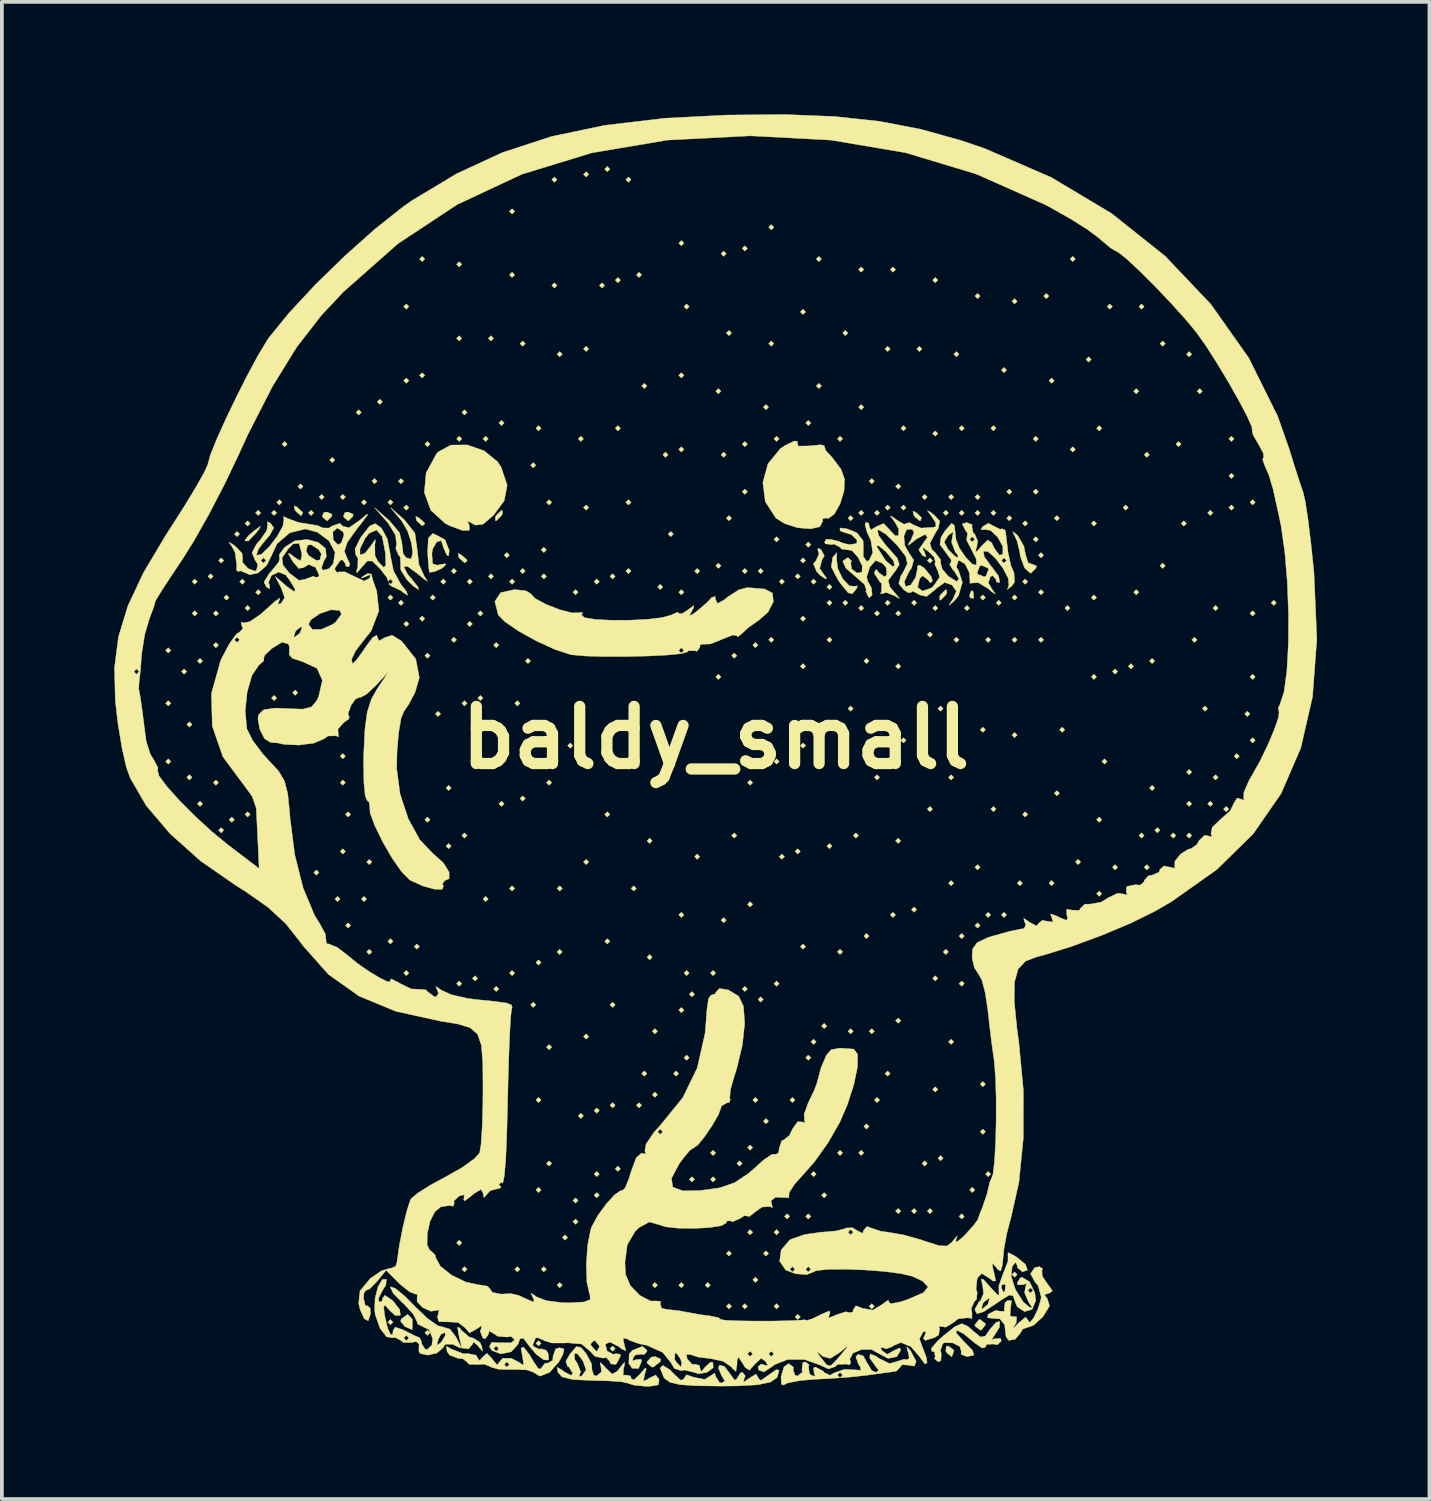
<source format=kicad_pcb>
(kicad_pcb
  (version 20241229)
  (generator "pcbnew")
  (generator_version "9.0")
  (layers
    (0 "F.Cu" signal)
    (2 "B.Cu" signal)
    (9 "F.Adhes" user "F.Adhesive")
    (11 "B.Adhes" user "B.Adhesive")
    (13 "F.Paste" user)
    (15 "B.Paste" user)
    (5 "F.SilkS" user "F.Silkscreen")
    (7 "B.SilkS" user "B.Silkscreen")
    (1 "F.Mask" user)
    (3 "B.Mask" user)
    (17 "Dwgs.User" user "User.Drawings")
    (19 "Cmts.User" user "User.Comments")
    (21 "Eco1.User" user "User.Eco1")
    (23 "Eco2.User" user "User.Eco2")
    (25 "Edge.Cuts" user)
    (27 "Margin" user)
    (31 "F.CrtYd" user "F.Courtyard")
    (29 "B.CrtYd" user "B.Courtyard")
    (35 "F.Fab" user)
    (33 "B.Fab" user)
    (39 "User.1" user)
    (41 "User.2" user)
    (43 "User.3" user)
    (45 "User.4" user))
  (footprint "baldy_small"
    (layer "F.Cu")
    (at 16.044 16.63)
    (property "Reference" "baldy_small" (at 0 0 0) (layer "F.SilkS") (effects (font (size 1.524 1.524) (thickness 0.3))))
    (attr through_hole)
    (fp_poly (pts (xy -6.776 16.279) (xy -6.772 16.298) (xy -6.782 16.278) (xy -6.776 16.279)) (stroke (width 0.01) (type solid)) (fill yes) (layer "F.SilkS"))
    (fp_poly (pts (xy -14.534 -2.328) (xy -14.605 -2.258) (xy -14.676 -2.328) (xy -14.605 -2.399) (xy -14.534 -2.328)) (stroke (width 0.01) (type solid)) (fill yes) (layer "F.SilkS"))
    (fp_poly (pts (xy -14.534 -0.917) (xy -14.605 -0.847) (xy -14.676 -0.917) (xy -14.605 -0.988) (xy -14.534 -0.917)) (stroke (width 0.01) (type solid)) (fill yes) (layer "F.SilkS"))
    (fp_poly (pts (xy -14.534 0.635) (xy -14.605 0.706) (xy -14.676 0.635) (xy -14.605 0.564) (xy -14.534 0.635)) (stroke (width 0.01) (type solid)) (fill yes) (layer "F.SilkS"))
    (fp_poly (pts (xy -14.111 -1.764) (xy -14.182 -1.693) (xy -14.252 -1.764) (xy -14.182 -1.834) (xy -14.111 -1.764)) (stroke (width 0.01) (type solid)) (fill yes) (layer "F.SilkS"))
    (fp_poly (pts (xy -13.97 -0.353) (xy -14.041 -0.282) (xy -14.111 -0.353) (xy -14.041 -0.423) (xy -13.97 -0.353)) (stroke (width 0.01) (type solid)) (fill yes) (layer "F.SilkS"))
    (fp_poly (pts (xy -13.97 1.058) (xy -14.041 1.129) (xy -14.111 1.058) (xy -14.041 0.988) (xy -13.97 1.058)) (stroke (width 0.01) (type solid)) (fill yes) (layer "F.SilkS"))
    (fp_poly (pts (xy -13.829 -4.163) (xy -13.899 -4.092) (xy -13.97 -4.163) (xy -13.899 -4.233) (xy -13.829 -4.163)) (stroke (width 0.01) (type solid)) (fill yes) (layer "F.SilkS"))
    (fp_poly (pts (xy -13.829 -3.316) (xy -13.899 -3.246) (xy -13.97 -3.316) (xy -13.899 -3.387) (xy -13.829 -3.316)) (stroke (width 0.01) (type solid)) (fill yes) (layer "F.SilkS"))
    (fp_poly (pts (xy -13.688 -2.046) (xy -13.758 -1.976) (xy -13.829 -2.046) (xy -13.758 -2.117) (xy -13.688 -2.046)) (stroke (width 0.01) (type solid)) (fill yes) (layer "F.SilkS"))
    (fp_poly (pts (xy -13.688 1.764) (xy -13.758 1.834) (xy -13.829 1.764) (xy -13.758 1.693) (xy -13.688 1.764)) (stroke (width 0.01) (type solid)) (fill yes) (layer "F.SilkS"))
    (fp_poly (pts (xy -13.406 -4.304) (xy -13.476 -4.233) (xy -13.547 -4.304) (xy -13.476 -4.374) (xy -13.406 -4.304)) (stroke (width 0.01) (type solid)) (fill yes) (layer "F.SilkS"))
    (fp_poly (pts (xy -13.264 -3.316) (xy -13.335 -3.246) (xy -13.406 -3.316) (xy -13.335 -3.387) (xy -13.264 -3.316)) (stroke (width 0.01) (type solid)) (fill yes) (layer "F.SilkS"))
    (fp_poly (pts (xy -13.264 -2.469) (xy -13.335 -2.399) (xy -13.406 -2.469) (xy -13.335 -2.54) (xy -13.264 -2.469)) (stroke (width 0.01) (type solid)) (fill yes) (layer "F.SilkS"))
    (fp_poly (pts (xy -13.264 1.199) (xy -13.335 1.27) (xy -13.406 1.199) (xy -13.335 1.129) (xy -13.264 1.199)) (stroke (width 0.01) (type solid)) (fill yes) (layer "F.SilkS"))
    (fp_poly (pts (xy -13.123 -4.727) (xy -13.194 -4.657) (xy -13.264 -4.727) (xy -13.194 -4.798) (xy -13.123 -4.727)) (stroke (width 0.01) (type solid)) (fill yes) (layer "F.SilkS"))
    (fp_poly (pts (xy -13.123 2.469) (xy -13.194 2.54) (xy -13.264 2.469) (xy -13.194 2.399) (xy -13.123 2.469)) (stroke (width 0.01) (type solid)) (fill yes) (layer "F.SilkS"))
    (fp_poly (pts (xy -12.982 -3.739) (xy -13.053 -3.669) (xy -13.123 -3.739) (xy -13.053 -3.81) (xy -12.982 -3.739)) (stroke (width 0.01) (type solid)) (fill yes) (layer "F.SilkS"))
    (fp_poly (pts (xy -12.841 2.187) (xy -12.912 2.258) (xy -12.982 2.187) (xy -12.912 2.117) (xy -12.841 2.187)) (stroke (width 0.01) (type solid)) (fill yes) (layer "F.SilkS"))
    (fp_poly (pts (xy -12.7 -5.433) (xy -12.771 -5.362) (xy -12.841 -5.433) (xy -12.771 -5.503) (xy -12.7 -5.433)) (stroke (width 0.01) (type solid)) (fill yes) (layer "F.SilkS"))
    (fp_poly (pts (xy -12.559 -4.163) (xy -12.629 -4.092) (xy -12.7 -4.163) (xy -12.629 -4.233) (xy -12.559 -4.163)) (stroke (width 0.01) (type solid)) (fill yes) (layer "F.SilkS"))
    (fp_poly (pts (xy -12.418 -5.715) (xy -12.488 -5.644) (xy -12.559 -5.715) (xy -12.488 -5.786) (xy -12.418 -5.715)) (stroke (width 0.01) (type solid)) (fill yes) (layer "F.SilkS"))
    (fp_poly (pts (xy -12.418 -3.457) (xy -12.488 -3.387) (xy -12.559 -3.457) (xy -12.488 -3.528) (xy -12.418 -3.457)) (stroke (width 0.01) (type solid)) (fill yes) (layer "F.SilkS"))
    (fp_poly (pts (xy -12.418 2.046) (xy -12.488 2.117) (xy -12.559 2.046) (xy -12.488 1.976) (xy -12.418 2.046)) (stroke (width 0.01) (type solid)) (fill yes) (layer "F.SilkS"))
    (fp_poly (pts (xy -12.136 -5.997) (xy -12.206 -5.927) (xy -12.277 -5.997) (xy -12.206 -6.068) (xy -12.136 -5.997)) (stroke (width 0.01) (type solid)) (fill yes) (layer "F.SilkS"))
    (fp_poly (pts (xy -12.136 -3.881) (xy -12.206 -3.81) (xy -12.277 -3.881) (xy -12.206 -3.951) (xy -12.136 -3.881)) (stroke (width 0.01) (type solid)) (fill yes) (layer "F.SilkS"))
    (fp_poly (pts (xy -11.712 -5.997) (xy -11.783 -5.927) (xy -11.853 -5.997) (xy -11.783 -6.068) (xy -11.712 -5.997)) (stroke (width 0.01) (type solid)) (fill yes) (layer "F.SilkS"))
    (fp_poly (pts (xy -11.712 -1.058) (xy -11.783 -0.988) (xy -11.853 -1.058) (xy -11.783 -1.129) (xy -11.712 -1.058)) (stroke (width 0.01) (type solid)) (fill yes) (layer "F.SilkS"))
    (fp_poly (pts (xy -11.571 -6.279) (xy -11.642 -6.209) (xy -11.712 -6.279) (xy -11.642 -6.35) (xy -11.571 -6.279)) (stroke (width 0.01) (type solid)) (fill yes) (layer "F.SilkS"))
    (fp_poly (pts (xy -11.43 -7.832) (xy -11.501 -7.761) (xy -11.571 -7.832) (xy -11.501 -7.902) (xy -11.43 -7.832)) (stroke (width 0.01) (type solid)) (fill yes) (layer "F.SilkS"))
    (fp_poly (pts (xy -11.148 -1.199) (xy -11.218 -1.129) (xy -11.289 -1.199) (xy -11.218 -1.27) (xy -11.148 -1.199)) (stroke (width 0.01) (type solid)) (fill yes) (layer "F.SilkS"))
    (fp_poly (pts (xy -11.007 -6.703) (xy -11.077 -6.632) (xy -11.148 -6.703) (xy -11.077 -6.773) (xy -11.007 -6.703)) (stroke (width 0.01) (type solid)) (fill yes) (layer "F.SilkS"))
    (fp_poly (pts (xy -10.724 -5.997) (xy -10.795 -5.927) (xy -10.866 -5.997) (xy -10.795 -6.068) (xy -10.724 -5.997)) (stroke (width 0.01) (type solid)) (fill yes) (layer "F.SilkS"))
    (fp_poly (pts (xy -10.583 3.598) (xy -10.654 3.669) (xy -10.724 3.598) (xy -10.654 3.528) (xy -10.583 3.598)) (stroke (width 0.01) (type solid)) (fill yes) (layer "F.SilkS"))
    (fp_poly (pts (xy -10.442 -6.421) (xy -10.513 -6.35) (xy -10.583 -6.421) (xy -10.513 -6.491) (xy -10.442 -6.421)) (stroke (width 0.01) (type solid)) (fill yes) (layer "F.SilkS"))
    (fp_poly (pts (xy -10.16 -7.408) (xy -10.231 -7.338) (xy -10.301 -7.408) (xy -10.231 -7.479) (xy -10.16 -7.408)) (stroke (width 0.01) (type solid)) (fill yes) (layer "F.SilkS"))
    (fp_poly (pts (xy -10.019 4.304) (xy -10.089 4.374) (xy -10.16 4.304) (xy -10.089 4.233) (xy -10.019 4.304)) (stroke (width 0.01) (type solid)) (fill yes) (layer "F.SilkS"))
    (fp_poly (pts (xy -9.878 -6.421) (xy -9.948 -6.35) (xy -10.019 -6.421) (xy -9.948 -6.491) (xy -9.878 -6.421)) (stroke (width 0.01) (type solid)) (fill yes) (layer "F.SilkS"))
    (fp_poly (pts (xy -9.878 0.494) (xy -9.948 0.564) (xy -10.019 0.494) (xy -9.948 0.423) (xy -9.878 0.494)) (stroke (width 0.01) (type solid)) (fill yes) (layer "F.SilkS"))
    (fp_poly (pts (xy -9.878 1.199) (xy -9.948 1.27) (xy -10.019 1.199) (xy -9.948 1.129) (xy -9.878 1.199)) (stroke (width 0.01) (type solid)) (fill yes) (layer "F.SilkS"))
    (fp_poly (pts (xy -9.878 3.034) (xy -9.948 3.104) (xy -10.019 3.034) (xy -9.948 2.963) (xy -9.878 3.034)) (stroke (width 0.01) (type solid)) (fill yes) (layer "F.SilkS"))
    (fp_poly (pts (xy -9.737 2.046) (xy -9.807 2.117) (xy -9.878 2.046) (xy -9.807 1.976) (xy -9.737 2.046)) (stroke (width 0.01) (type solid)) (fill yes) (layer "F.SilkS"))
    (fp_poly (pts (xy -9.737 5.009) (xy -9.807 5.08) (xy -9.878 5.009) (xy -9.807 4.939) (xy -9.737 5.009)) (stroke (width 0.01) (type solid)) (fill yes) (layer "F.SilkS"))
    (fp_poly (pts (xy -9.454 -8.678) (xy -9.525 -8.608) (xy -9.596 -8.678) (xy -9.525 -8.749) (xy -9.454 -8.678)) (stroke (width 0.01) (type solid)) (fill yes) (layer "F.SilkS"))
    (fp_poly (pts (xy -9.313 -6.279) (xy -9.384 -6.209) (xy -9.454 -6.279) (xy -9.384 -6.35) (xy -9.313 -6.279)) (stroke (width 0.01) (type solid)) (fill yes) (layer "F.SilkS"))
    (fp_poly (pts (xy -9.313 4.304) (xy -9.384 4.374) (xy -9.454 4.304) (xy -9.384 4.233) (xy -9.313 4.304)) (stroke (width 0.01) (type solid)) (fill yes) (layer "F.SilkS"))
    (fp_poly (pts (xy -9.172 3.316) (xy -9.243 3.387) (xy -9.313 3.316) (xy -9.243 3.246) (xy -9.172 3.316)) (stroke (width 0.01) (type solid)) (fill yes) (layer "F.SilkS"))
    (fp_poly (pts (xy -9.172 5.715) (xy -9.243 5.786) (xy -9.313 5.715) (xy -9.243 5.644) (xy -9.172 5.715)) (stroke (width 0.01) (type solid)) (fill yes) (layer "F.SilkS"))
    (fp_poly (pts (xy -9.031 -6.844) (xy -9.102 -6.773) (xy -9.172 -6.844) (xy -9.102 -6.914) (xy -9.031 -6.844)) (stroke (width 0.01) (type solid)) (fill yes) (layer "F.SilkS"))
    (fp_poly (pts (xy -8.89 -8.961) (xy -8.961 -8.89) (xy -9.031 -8.961) (xy -8.961 -9.031) (xy -8.89 -8.961)) (stroke (width 0.01) (type solid)) (fill yes) (layer "F.SilkS"))
    (fp_poly (pts (xy -8.608 -6.279) (xy -8.678 -6.209) (xy -8.749 -6.279) (xy -8.678 -6.35) (xy -8.608 -6.279)) (stroke (width 0.01) (type solid)) (fill yes) (layer "F.SilkS"))
    (fp_poly (pts (xy -8.608 -3.739) (xy -8.678 -3.669) (xy -8.749 -3.739) (xy -8.678 -3.81) (xy -8.608 -3.739)) (stroke (width 0.01) (type solid)) (fill yes) (layer "F.SilkS"))
    (fp_poly (pts (xy -8.608 5.433) (xy -8.678 5.503) (xy -8.749 5.433) (xy -8.678 5.362) (xy -8.608 5.433)) (stroke (width 0.01) (type solid)) (fill yes) (layer "F.SilkS"))
    (fp_poly (pts (xy -8.608 15.593) (xy -8.678 15.663) (xy -8.749 15.593) (xy -8.678 15.522) (xy -8.608 15.593)) (stroke (width 0.01) (type solid)) (fill yes) (layer "F.SilkS"))
    (fp_poly (pts (xy -8.326 -6.844) (xy -8.396 -6.773) (xy -8.467 -6.844) (xy -8.396 -6.914) (xy -8.326 -6.844)) (stroke (width 0.01) (type solid)) (fill yes) (layer "F.SilkS"))
    (fp_poly (pts (xy -8.326 -3.598) (xy -8.396 -3.528) (xy -8.467 -3.598) (xy -8.396 -3.669) (xy -8.326 -3.598)) (stroke (width 0.01) (type solid)) (fill yes) (layer "F.SilkS"))
    (fp_poly (pts (xy -8.184 -11.501) (xy -8.255 -11.43) (xy -8.326 -11.501) (xy -8.255 -11.571) (xy -8.184 -11.501)) (stroke (width 0.01) (type solid)) (fill yes) (layer "F.SilkS"))
    (fp_poly (pts (xy -8.184 -9.525) (xy -8.255 -9.454) (xy -8.326 -9.525) (xy -8.255 -9.596) (xy -8.184 -9.525)) (stroke (width 0.01) (type solid)) (fill yes) (layer "F.SilkS"))
    (fp_poly (pts (xy -8.184 -6.138) (xy -8.255 -6.068) (xy -8.326 -6.138) (xy -8.255 -6.209) (xy -8.184 -6.138)) (stroke (width 0.01) (type solid)) (fill yes) (layer "F.SilkS"))
    (fp_poly (pts (xy -8.184 -3.034) (xy -8.255 -2.963) (xy -8.326 -3.034) (xy -8.255 -3.104) (xy -8.184 -3.034)) (stroke (width 0.01) (type solid)) (fill yes) (layer "F.SilkS"))
    (fp_poly (pts (xy -8.184 6.279) (xy -8.255 6.35) (xy -8.326 6.279) (xy -8.255 6.209) (xy -8.184 6.279)) (stroke (width 0.01) (type solid)) (fill yes) (layer "F.SilkS"))
    (fp_poly (pts (xy -7.902 5.574) (xy -7.973 5.644) (xy -8.043 5.574) (xy -7.973 5.503) (xy -7.902 5.574)) (stroke (width 0.01) (type solid)) (fill yes) (layer "F.SilkS"))
    (fp_poly (pts (xy -7.761 -12.771) (xy -7.832 -12.7) (xy -7.902 -12.771) (xy -7.832 -12.841) (xy -7.761 -12.771)) (stroke (width 0.01) (type solid)) (fill yes) (layer "F.SilkS"))
    (fp_poly (pts (xy -7.761 -9.666) (xy -7.832 -9.596) (xy -7.902 -9.666) (xy -7.832 -9.737) (xy -7.761 -9.666)) (stroke (width 0.01) (type solid)) (fill yes) (layer "F.SilkS"))
    (fp_poly (pts (xy -7.761 -3.175) (xy -7.832 -3.104) (xy -7.902 -3.175) (xy -7.832 -3.246) (xy -7.761 -3.175)) (stroke (width 0.01) (type solid)) (fill yes) (layer "F.SilkS"))
    (fp_poly (pts (xy -7.62 -7.832) (xy -7.691 -7.761) (xy -7.761 -7.832) (xy -7.691 -7.902) (xy -7.62 -7.832)) (stroke (width 0.01) (type solid)) (fill yes) (layer "F.SilkS"))
    (fp_poly (pts (xy -7.62 -2.187) (xy -7.691 -2.117) (xy -7.761 -2.187) (xy -7.691 -2.258) (xy -7.62 -2.187)) (stroke (width 0.01) (type solid)) (fill yes) (layer "F.SilkS"))
    (fp_poly (pts (xy -7.62 2.187) (xy -7.691 2.258) (xy -7.761 2.187) (xy -7.691 2.117) (xy -7.62 2.187)) (stroke (width 0.01) (type solid)) (fill yes) (layer "F.SilkS"))
    (fp_poly (pts (xy -7.62 15.875) (xy -7.691 15.946) (xy -7.761 15.875) (xy -7.691 15.804) (xy -7.62 15.875)) (stroke (width 0.01) (type solid)) (fill yes) (layer "F.SilkS"))
    (fp_poly (pts (xy -7.479 -3.739) (xy -7.549 -3.669) (xy -7.62 -3.739) (xy -7.549 -3.81) (xy -7.479 -3.739)) (stroke (width 0.01) (type solid)) (fill yes) (layer "F.SilkS"))
    (fp_poly (pts (xy -7.338 -0.635) (xy -7.408 -0.564) (xy -7.479 -0.635) (xy -7.408 -0.706) (xy -7.338 -0.635)) (stroke (width 0.01) (type solid)) (fill yes) (layer "F.SilkS"))
    (fp_poly (pts (xy -7.197 -4.163) (xy -7.267 -4.092) (xy -7.338 -4.163) (xy -7.267 -4.233) (xy -7.197 -4.163)) (stroke (width 0.01) (type solid)) (fill yes) (layer "F.SilkS"))
    (fp_poly (pts (xy -7.056 1.341) (xy -7.126 1.411) (xy -7.197 1.341) (xy -7.126 1.27) (xy -7.056 1.341)) (stroke (width 0.01) (type solid)) (fill yes) (layer "F.SilkS"))
    (fp_poly (pts (xy -7.056 2.893) (xy -7.126 2.963) (xy -7.197 2.893) (xy -7.126 2.822) (xy -7.056 2.893)) (stroke (width 0.01) (type solid)) (fill yes) (layer "F.SilkS"))
    (fp_poly (pts (xy -6.914 -4.445) (xy -6.985 -4.374) (xy -7.056 -4.445) (xy -6.985 -4.516) (xy -6.914 -4.445)) (stroke (width 0.01) (type solid)) (fill yes) (layer "F.SilkS"))
    (fp_poly (pts (xy -6.914 -2.611) (xy -6.985 -2.54) (xy -7.056 -2.611) (xy -6.985 -2.681) (xy -6.914 -2.611)) (stroke (width 0.01) (type solid)) (fill yes) (layer "F.SilkS"))
    (fp_poly (pts (xy -6.773 -12.629) (xy -6.844 -12.559) (xy -6.914 -12.629) (xy -6.844 -12.7) (xy -6.773 -12.629)) (stroke (width 0.01) (type solid)) (fill yes) (layer "F.SilkS"))
    (fp_poly (pts (xy -6.773 -10.654) (xy -6.844 -10.583) (xy -6.914 -10.654) (xy -6.844 -10.724) (xy -6.773 -10.654)) (stroke (width 0.01) (type solid)) (fill yes) (layer "F.SilkS"))
    (fp_poly (pts (xy -6.773 -7.973) (xy -6.844 -7.902) (xy -6.914 -7.973) (xy -6.844 -8.043) (xy -6.773 -7.973)) (stroke (width 0.01) (type solid)) (fill yes) (layer "F.SilkS"))
    (fp_poly (pts (xy -6.773 6.562) (xy -6.844 6.632) (xy -6.914 6.562) (xy -6.844 6.491) (xy -6.773 6.562)) (stroke (width 0.01) (type solid)) (fill yes) (layer "F.SilkS"))
    (fp_poly (pts (xy -6.773 13.476) (xy -6.844 13.547) (xy -6.914 13.476) (xy -6.844 13.406) (xy -6.773 13.476)) (stroke (width 0.01) (type solid)) (fill yes) (layer "F.SilkS"))
    (fp_poly (pts (xy -6.632 -8.678) (xy -6.703 -8.608) (xy -6.773 -8.678) (xy -6.703 -8.749) (xy -6.632 -8.678)) (stroke (width 0.01) (type solid)) (fill yes) (layer "F.SilkS"))
    (fp_poly (pts (xy -6.632 -0.917) (xy -6.703 -0.847) (xy -6.773 -0.917) (xy -6.703 -0.988) (xy -6.632 -0.917)) (stroke (width 0.01) (type solid)) (fill yes) (layer "F.SilkS"))
    (fp_poly (pts (xy -6.632 2.611) (xy -6.703 2.681) (xy -6.773 2.611) (xy -6.703 2.54) (xy -6.632 2.611)) (stroke (width 0.01) (type solid)) (fill yes) (layer "F.SilkS"))
    (fp_poly (pts (xy -6.632 14.182) (xy -6.703 14.252) (xy -6.773 14.182) (xy -6.703 14.111) (xy -6.632 14.182)) (stroke (width 0.01) (type solid)) (fill yes) (layer "F.SilkS"))
    (fp_poly (pts (xy -6.491 -4.163) (xy -6.562 -4.092) (xy -6.632 -4.163) (xy -6.562 -4.233) (xy -6.491 -4.163)) (stroke (width 0.01) (type solid)) (fill yes) (layer "F.SilkS"))
    (fp_poly (pts (xy -6.491 -3.034) (xy -6.562 -2.963) (xy -6.632 -3.034) (xy -6.562 -3.104) (xy -6.491 -3.034)) (stroke (width 0.01) (type solid)) (fill yes) (layer "F.SilkS"))
    (fp_poly (pts (xy -6.35 6.421) (xy -6.421 6.491) (xy -6.491 6.421) (xy -6.421 6.35) (xy -6.35 6.421)) (stroke (width 0.01) (type solid)) (fill yes) (layer "F.SilkS"))
    (fp_poly (pts (xy -6.209 -3.316) (xy -6.279 -3.246) (xy -6.35 -3.316) (xy -6.279 -3.387) (xy -6.209 -3.316)) (stroke (width 0.01) (type solid)) (fill yes) (layer "F.SilkS"))
    (fp_poly (pts (xy -6.209 -1.058) (xy -6.279 -0.988) (xy -6.35 -1.058) (xy -6.279 -1.129) (xy -6.209 -1.058)) (stroke (width 0.01) (type solid)) (fill yes) (layer "F.SilkS"))
    (fp_poly (pts (xy -6.068 -7.973) (xy -6.138 -7.902) (xy -6.209 -7.973) (xy -6.138 -8.043) (xy -6.068 -7.973)) (stroke (width 0.01) (type solid)) (fill yes) (layer "F.SilkS"))
    (fp_poly (pts (xy -6.068 4.304) (xy -6.138 4.374) (xy -6.209 4.304) (xy -6.138 4.233) (xy -6.068 4.304)) (stroke (width 0.01) (type solid)) (fill yes) (layer "F.SilkS"))
    (fp_poly (pts (xy -5.927 -10.654) (xy -5.997 -10.583) (xy -6.068 -10.654) (xy -5.997 -10.724) (xy -5.927 -10.654)) (stroke (width 0.01) (type solid)) (fill yes) (layer "F.SilkS"))
    (fp_poly (pts (xy -5.927 -4.304) (xy -5.997 -4.233) (xy -6.068 -4.304) (xy -5.997 -4.374) (xy -5.927 -4.304)) (stroke (width 0.01) (type solid)) (fill yes) (layer "F.SilkS"))
    (fp_poly (pts (xy -5.786 -2.469) (xy -5.856 -2.399) (xy -5.927 -2.469) (xy -5.856 -2.54) (xy -5.786 -2.469)) (stroke (width 0.01) (type solid)) (fill yes) (layer "F.SilkS"))
    (fp_poly (pts (xy -5.786 6.703) (xy -5.856 6.773) (xy -5.927 6.703) (xy -5.856 6.632) (xy -5.786 6.703)) (stroke (width 0.01) (type solid)) (fill yes) (layer "F.SilkS"))
    (fp_poly (pts (xy -5.644 -8.396) (xy -5.715 -8.326) (xy -5.786 -8.396) (xy -5.715 -8.467) (xy -5.644 -8.396)) (stroke (width 0.01) (type solid)) (fill yes) (layer "F.SilkS"))
    (fp_poly (pts (xy -5.644 1.764) (xy -5.715 1.834) (xy -5.786 1.764) (xy -5.715 1.693) (xy -5.644 1.764)) (stroke (width 0.01) (type solid)) (fill yes) (layer "F.SilkS"))
    (fp_poly (pts (xy -5.503 -4.868) (xy -5.574 -4.798) (xy -5.644 -4.868) (xy -5.574 -4.939) (xy -5.503 -4.868)) (stroke (width 0.01) (type solid)) (fill yes) (layer "F.SilkS"))
    (fp_poly (pts (xy -5.362 -14.041) (xy -5.433 -13.97) (xy -5.503 -14.041) (xy -5.433 -14.111) (xy -5.362 -14.041)) (stroke (width 0.01) (type solid)) (fill yes) (layer "F.SilkS"))
    (fp_poly (pts (xy -5.362 -12.347) (xy -5.433 -12.277) (xy -5.503 -12.347) (xy -5.433 -12.418) (xy -5.362 -12.347)) (stroke (width 0.01) (type solid)) (fill yes) (layer "F.SilkS"))
    (fp_poly (pts (xy -5.362 -4.163) (xy -5.433 -4.092) (xy -5.503 -4.163) (xy -5.433 -4.233) (xy -5.362 -4.163)) (stroke (width 0.01) (type solid)) (fill yes) (layer "F.SilkS"))
    (fp_poly (pts (xy -5.362 4.022) (xy -5.433 4.092) (xy -5.503 4.022) (xy -5.433 3.951) (xy -5.362 4.022)) (stroke (width 0.01) (type solid)) (fill yes) (layer "F.SilkS"))
    (fp_poly (pts (xy -5.362 6.279) (xy -5.433 6.35) (xy -5.503 6.279) (xy -5.433 6.209) (xy -5.362 6.279)) (stroke (width 0.01) (type solid)) (fill yes) (layer "F.SilkS"))
    (fp_poly (pts (xy -5.221 -0.917) (xy -5.292 -0.847) (xy -5.362 -0.917) (xy -5.292 -0.988) (xy -5.221 -0.917)) (stroke (width 0.01) (type solid)) (fill yes) (layer "F.SilkS"))
    (fp_poly (pts (xy -5.221 14.182) (xy -5.292 14.252) (xy -5.362 14.182) (xy -5.292 14.111) (xy -5.221 14.182)) (stroke (width 0.01) (type solid)) (fill yes) (layer "F.SilkS"))
    (fp_poly (pts (xy -5.08 -10.513) (xy -5.151 -10.442) (xy -5.221 -10.513) (xy -5.151 -10.583) (xy -5.08 -10.513)) (stroke (width 0.01) (type solid)) (fill yes) (layer "F.SilkS"))
    (fp_poly (pts (xy -5.08 -4.445) (xy -5.151 -4.374) (xy -5.221 -4.445) (xy -5.151 -4.516) (xy -5.08 -4.445)) (stroke (width 0.01) (type solid)) (fill yes) (layer "F.SilkS"))
    (fp_poly (pts (xy -5.08 1.623) (xy -5.151 1.693) (xy -5.221 1.623) (xy -5.151 1.552) (xy -5.08 1.623)) (stroke (width 0.01) (type solid)) (fill yes) (layer "F.SilkS"))
    (fp_poly (pts (xy -4.939 -2.046) (xy -5.009 -1.976) (xy -5.08 -2.046) (xy -5.009 -2.117) (xy -4.939 -2.046)) (stroke (width 0.01) (type solid)) (fill yes) (layer "F.SilkS"))
    (fp_poly (pts (xy -4.798 -7.267) (xy -4.868 -7.197) (xy -4.939 -7.267) (xy -4.868 -7.338) (xy -4.798 -7.267)) (stroke (width 0.01) (type solid)) (fill yes) (layer "F.SilkS"))
    (fp_poly (pts (xy -4.798 7.126) (xy -4.868 7.197) (xy -4.939 7.126) (xy -4.868 7.056) (xy -4.798 7.126)) (stroke (width 0.01) (type solid)) (fill yes) (layer "F.SilkS"))
    (fp_poly (pts (xy -4.657 -8.255) (xy -4.727 -8.184) (xy -4.798 -8.255) (xy -4.727 -8.326) (xy -4.657 -8.255)) (stroke (width 0.01) (type solid)) (fill yes) (layer "F.SilkS"))
    (fp_poly (pts (xy -4.657 5.997) (xy -4.727 6.068) (xy -4.798 5.997) (xy -4.727 5.927) (xy -4.657 5.997)) (stroke (width 0.01) (type solid)) (fill yes) (layer "F.SilkS"))
    (fp_poly (pts (xy -4.657 9.666) (xy -4.727 9.737) (xy -4.798 9.666) (xy -4.727 9.596) (xy -4.657 9.666)) (stroke (width 0.01) (type solid)) (fill yes) (layer "F.SilkS"))
    (fp_poly (pts (xy -4.657 12.065) (xy -4.727 12.136) (xy -4.798 12.065) (xy -4.727 11.994) (xy -4.657 12.065)) (stroke (width 0.01) (type solid)) (fill yes) (layer "F.SilkS"))
    (fp_poly (pts (xy -4.657 16.157) (xy -4.727 16.228) (xy -4.798 16.157) (xy -4.727 16.087) (xy -4.657 16.157)) (stroke (width 0.01) (type solid)) (fill yes) (layer "F.SilkS"))
    (fp_poly (pts (xy -4.516 -5.009) (xy -4.586 -4.939) (xy -4.657 -5.009) (xy -4.586 -5.08) (xy -4.516 -5.009)) (stroke (width 0.01) (type solid)) (fill yes) (layer "F.SilkS"))
    (fp_poly (pts (xy -4.516 -4.304) (xy -4.586 -4.233) (xy -4.657 -4.304) (xy -4.586 -4.374) (xy -4.516 -4.304)) (stroke (width 0.01) (type solid)) (fill yes) (layer "F.SilkS"))
    (fp_poly (pts (xy -4.516 14.182) (xy -4.586 14.252) (xy -4.657 14.182) (xy -4.586 14.111) (xy -4.516 14.182)) (stroke (width 0.01) (type solid)) (fill yes) (layer "F.SilkS"))
    (fp_poly (pts (xy -4.374 -6.279) (xy -4.445 -6.209) (xy -4.516 -6.279) (xy -4.445 -6.35) (xy -4.374 -6.279)) (stroke (width 0.01) (type solid)) (fill yes) (layer "F.SilkS"))
    (fp_poly (pts (xy -4.374 1.199) (xy -4.445 1.27) (xy -4.516 1.199) (xy -4.445 1.129) (xy -4.374 1.199)) (stroke (width 0.01) (type solid)) (fill yes) (layer "F.SilkS"))
    (fp_poly (pts (xy -4.374 8.255) (xy -4.445 8.326) (xy -4.516 8.255) (xy -4.445 8.184) (xy -4.374 8.255)) (stroke (width 0.01) (type solid)) (fill yes) (layer "F.SilkS"))
    (fp_poly (pts (xy -4.374 11.359) (xy -4.445 11.43) (xy -4.516 11.359) (xy -4.445 11.289) (xy -4.374 11.359)) (stroke (width 0.01) (type solid)) (fill yes) (layer "F.SilkS"))
    (fp_poly (pts (xy -4.233 -14.887) (xy -4.304 -14.817) (xy -4.374 -14.887) (xy -4.304 -14.958) (xy -4.233 -14.887)) (stroke (width 0.01) (type solid)) (fill yes) (layer "F.SilkS"))
    (fp_poly (pts (xy -4.233 -12.065) (xy -4.304 -11.994) (xy -4.374 -12.065) (xy -4.304 -12.136) (xy -4.233 -12.065)) (stroke (width 0.01) (type solid)) (fill yes) (layer "F.SilkS"))
    (fp_poly (pts (xy -4.092 -10.231) (xy -4.163 -10.16) (xy -4.233 -10.231) (xy -4.163 -10.301) (xy -4.092 -10.231)) (stroke (width 0.01) (type solid)) (fill yes) (layer "F.SilkS"))
    (fp_poly (pts (xy -4.092 4.022) (xy -4.163 4.092) (xy -4.233 4.022) (xy -4.163 3.951) (xy -4.092 4.022)) (stroke (width 0.01) (type solid)) (fill yes) (layer "F.SilkS"))
    (fp_poly (pts (xy -4.092 5.715) (xy -4.163 5.786) (xy -4.233 5.715) (xy -4.163 5.644) (xy -4.092 5.715)) (stroke (width 0.01) (type solid)) (fill yes) (layer "F.SilkS"))
    (fp_poly (pts (xy -4.092 14.605) (xy -4.163 14.676) (xy -4.233 14.605) (xy -4.163 14.534) (xy -4.092 14.605)) (stroke (width 0.01) (type solid)) (fill yes) (layer "F.SilkS"))
    (fp_poly (pts (xy -3.951 13.335) (xy -4.022 13.406) (xy -4.092 13.335) (xy -4.022 13.264) (xy -3.951 13.335)) (stroke (width 0.01) (type solid)) (fill yes) (layer "F.SilkS"))
    (fp_poly (pts (xy -3.81 0.212) (xy -3.881 0.282) (xy -3.951 0.212) (xy -3.881 0.141) (xy -3.81 0.212)) (stroke (width 0.01) (type solid)) (fill yes) (layer "F.SilkS"))
    (fp_poly (pts (xy -3.669 -3.881) (xy -3.739 -3.81) (xy -3.81 -3.881) (xy -3.739 -3.951) (xy -3.669 -3.881)) (stroke (width 0.01) (type solid)) (fill yes) (layer "F.SilkS"))
    (fp_poly (pts (xy -3.669 12.347) (xy -3.739 12.418) (xy -3.81 12.347) (xy -3.739 12.277) (xy -3.669 12.347)) (stroke (width 0.01) (type solid)) (fill yes) (layer "F.SilkS"))
    (fp_poly (pts (xy -3.669 12.912) (xy -3.739 12.982) (xy -3.81 12.912) (xy -3.739 12.841) (xy -3.669 12.912)) (stroke (width 0.01) (type solid)) (fill yes) (layer "F.SilkS"))
    (fp_poly (pts (xy -3.528 -7.973) (xy -3.598 -7.902) (xy -3.669 -7.973) (xy -3.598 -8.043) (xy -3.528 -7.973)) (stroke (width 0.01) (type solid)) (fill yes) (layer "F.SilkS"))
    (fp_poly (pts (xy -3.528 10.089) (xy -3.598 10.16) (xy -3.669 10.089) (xy -3.598 10.019) (xy -3.528 10.089)) (stroke (width 0.01) (type solid)) (fill yes) (layer "F.SilkS"))
    (fp_poly (pts (xy -3.387 -15.028) (xy -3.457 -14.958) (xy -3.528 -15.028) (xy -3.457 -15.099) (xy -3.387 -15.028)) (stroke (width 0.01) (type solid)) (fill yes) (layer "F.SilkS"))
    (fp_poly (pts (xy -3.387 -10.372) (xy -3.457 -10.301) (xy -3.528 -10.372) (xy -3.457 -10.442) (xy -3.387 -10.372)) (stroke (width 0.01) (type solid)) (fill yes) (layer "F.SilkS"))
    (fp_poly (pts (xy -3.387 -6.138) (xy -3.457 -6.068) (xy -3.528 -6.138) (xy -3.457 -6.209) (xy -3.387 -6.138)) (stroke (width 0.01) (type solid)) (fill yes) (layer "F.SilkS"))
    (fp_poly (pts (xy -3.387 3.316) (xy -3.457 3.387) (xy -3.528 3.316) (xy -3.457 3.246) (xy -3.387 3.316)) (stroke (width 0.01) (type solid)) (fill yes) (layer "F.SilkS"))
    (fp_poly (pts (xy -3.387 7.973) (xy -3.457 8.043) (xy -3.528 7.973) (xy -3.457 7.902) (xy -3.387 7.973)) (stroke (width 0.01) (type solid)) (fill yes) (layer "F.SilkS"))
    (fp_poly (pts (xy -3.104 -4.163) (xy -3.175 -4.092) (xy -3.246 -4.163) (xy -3.175 -4.233) (xy -3.104 -4.163)) (stroke (width 0.01) (type solid)) (fill yes) (layer "F.SilkS"))
    (fp_poly (pts (xy -3.104 9.948) (xy -3.175 10.019) (xy -3.246 9.948) (xy -3.175 9.878) (xy -3.104 9.948)) (stroke (width 0.01) (type solid)) (fill yes) (layer "F.SilkS"))
    (fp_poly (pts (xy -3.104 11.642) (xy -3.175 11.712) (xy -3.246 11.642) (xy -3.175 11.571) (xy -3.104 11.642)) (stroke (width 0.01) (type solid)) (fill yes) (layer "F.SilkS"))
    (fp_poly (pts (xy -3.104 12.206) (xy -3.175 12.277) (xy -3.246 12.206) (xy -3.175 12.136) (xy -3.104 12.206)) (stroke (width 0.01) (type solid)) (fill yes) (layer "F.SilkS"))
    (fp_poly (pts (xy -2.963 -12.065) (xy -3.034 -11.994) (xy -3.104 -12.065) (xy -3.034 -12.136) (xy -2.963 -12.065)) (stroke (width 0.01) (type solid)) (fill yes) (layer "F.SilkS"))
    (fp_poly (pts (xy -2.822 -15.169) (xy -2.893 -15.099) (xy -2.963 -15.169) (xy -2.893 -15.24) (xy -2.822 -15.169)) (stroke (width 0.01) (type solid)) (fill yes) (layer "F.SilkS"))
    (fp_poly (pts (xy -2.822 2.046) (xy -2.893 2.117) (xy -2.963 2.046) (xy -2.893 1.976) (xy -2.822 2.046)) (stroke (width 0.01) (type solid)) (fill yes) (layer "F.SilkS"))
    (fp_poly (pts (xy -2.822 5.433) (xy -2.893 5.503) (xy -2.963 5.433) (xy -2.893 5.362) (xy -2.822 5.433)) (stroke (width 0.01) (type solid)) (fill yes) (layer "F.SilkS"))
    (fp_poly (pts (xy -2.681 -4.304) (xy -2.752 -4.233) (xy -2.822 -4.304) (xy -2.752 -4.374) (xy -2.681 -4.304)) (stroke (width 0.01) (type solid)) (fill yes) (layer "F.SilkS"))
    (fp_poly (pts (xy -2.681 7.126) (xy -2.752 7.197) (xy -2.822 7.126) (xy -2.752 7.056) (xy -2.681 7.126)) (stroke (width 0.01) (type solid)) (fill yes) (layer "F.SilkS"))
    (fp_poly (pts (xy -2.681 9.807) (xy -2.752 9.878) (xy -2.822 9.807) (xy -2.752 9.737) (xy -2.681 9.807)) (stroke (width 0.01) (type solid)) (fill yes) (layer "F.SilkS"))
    (fp_poly (pts (xy -2.681 16.298) (xy -2.752 16.369) (xy -2.822 16.298) (xy -2.752 16.228) (xy -2.681 16.298)) (stroke (width 0.01) (type solid)) (fill yes) (layer "F.SilkS"))
    (fp_poly (pts (xy -2.54 -12.206) (xy -2.611 -12.136) (xy -2.681 -12.206) (xy -2.611 -12.277) (xy -2.54 -12.206)) (stroke (width 0.01) (type solid)) (fill yes) (layer "F.SilkS"))
    (fp_poly (pts (xy -2.54 -8.255) (xy -2.611 -8.184) (xy -2.681 -8.255) (xy -2.611 -8.326) (xy -2.54 -8.255)) (stroke (width 0.01) (type solid)) (fill yes) (layer "F.SilkS"))
    (fp_poly (pts (xy -2.54 11.501) (xy -2.611 11.571) (xy -2.681 11.501) (xy -2.611 11.43) (xy -2.54 11.501)) (stroke (width 0.01) (type solid)) (fill yes) (layer "F.SilkS"))
    (fp_poly (pts (xy -2.258 -14.887) (xy -2.328 -14.817) (xy -2.399 -14.887) (xy -2.328 -14.958) (xy -2.258 -14.887)) (stroke (width 0.01) (type solid)) (fill yes) (layer "F.SilkS"))
    (fp_poly (pts (xy -2.258 -6.279) (xy -2.328 -6.209) (xy -2.399 -6.279) (xy -2.328 -6.35) (xy -2.258 -6.279)) (stroke (width 0.01) (type solid)) (fill yes) (layer "F.SilkS"))
    (fp_poly (pts (xy -2.258 -4.445) (xy -2.328 -4.374) (xy -2.399 -4.445) (xy -2.328 -4.516) (xy -2.258 -4.445)) (stroke (width 0.01) (type solid)) (fill yes) (layer "F.SilkS"))
    (fp_poly (pts (xy -2.117 4.022) (xy -2.187 4.092) (xy -2.258 4.022) (xy -2.187 3.951) (xy -2.117 4.022)) (stroke (width 0.01) (type solid)) (fill yes) (layer "F.SilkS"))
    (fp_poly (pts (xy -1.976 -12.347) (xy -2.046 -12.277) (xy -2.117 -12.347) (xy -2.046 -12.418) (xy -1.976 -12.347)) (stroke (width 0.01) (type solid)) (fill yes) (layer "F.SilkS"))
    (fp_poly (pts (xy -1.976 9.807) (xy -2.046 9.878) (xy -2.117 9.807) (xy -2.046 9.737) (xy -1.976 9.807)) (stroke (width 0.01) (type solid)) (fill yes) (layer "F.SilkS"))
    (fp_poly (pts (xy -1.834 -9.384) (xy -1.905 -9.313) (xy -1.976 -9.384) (xy -1.905 -9.454) (xy -1.834 -9.384)) (stroke (width 0.01) (type solid)) (fill yes) (layer "F.SilkS"))
    (fp_poly (pts (xy -1.834 8.961) (xy -1.905 9.031) (xy -1.976 8.961) (xy -1.905 8.89) (xy -1.834 8.961)) (stroke (width 0.01) (type solid)) (fill yes) (layer "F.SilkS"))
    (fp_poly (pts (xy -1.693 2.752) (xy -1.764 2.822) (xy -1.834 2.752) (xy -1.764 2.681) (xy -1.693 2.752)) (stroke (width 0.01) (type solid)) (fill yes) (layer "F.SilkS"))
    (fp_poly (pts (xy -1.693 5.856) (xy -1.764 5.927) (xy -1.834 5.856) (xy -1.764 5.786) (xy -1.693 5.856)) (stroke (width 0.01) (type solid)) (fill yes) (layer "F.SilkS"))
    (fp_poly (pts (xy -1.552 7.832) (xy -1.623 7.902) (xy -1.693 7.832) (xy -1.623 7.761) (xy -1.552 7.832)) (stroke (width 0.01) (type solid)) (fill yes) (layer "F.SilkS"))
    (fp_poly (pts (xy -1.552 9.525) (xy -1.623 9.596) (xy -1.693 9.525) (xy -1.623 9.454) (xy -1.552 9.525)) (stroke (width 0.01) (type solid)) (fill yes) (layer "F.SilkS"))
    (fp_poly (pts (xy -1.552 14.605) (xy -1.623 14.676) (xy -1.693 14.605) (xy -1.623 14.534) (xy -1.552 14.605)) (stroke (width 0.01) (type solid)) (fill yes) (layer "F.SilkS"))
    (fp_poly (pts (xy -1.411 -4.022) (xy -1.482 -3.951) (xy -1.552 -4.022) (xy -1.482 -4.092) (xy -1.411 -4.022)) (stroke (width 0.01) (type solid)) (fill yes) (layer "F.SilkS"))
    (fp_poly (pts (xy -1.27 -7.549) (xy -1.341 -7.479) (xy -1.411 -7.549) (xy -1.341 -7.62) (xy -1.27 -7.549)) (stroke (width 0.01) (type solid)) (fill yes) (layer "F.SilkS"))
    (fp_poly (pts (xy -1.129 -5.433) (xy -1.199 -5.362) (xy -1.27 -5.433) (xy -1.199 -5.503) (xy -1.129 -5.433)) (stroke (width 0.01) (type solid)) (fill yes) (layer "F.SilkS"))
    (fp_poly (pts (xy -0.988 8.961) (xy -1.058 9.031) (xy -1.129 8.961) (xy -1.058 8.89) (xy -0.988 8.961)) (stroke (width 0.01) (type solid)) (fill yes) (layer "F.SilkS"))
    (fp_poly (pts (xy -0.847 -13.194) (xy -0.917 -13.123) (xy -0.988 -13.194) (xy -0.917 -13.264) (xy -0.847 -13.194)) (stroke (width 0.01) (type solid)) (fill yes) (layer "F.SilkS"))
    (fp_poly (pts (xy -0.847 -9.666) (xy -0.917 -9.596) (xy -0.988 -9.666) (xy -0.917 -9.737) (xy -0.847 -9.666)) (stroke (width 0.01) (type solid)) (fill yes) (layer "F.SilkS"))
    (fp_poly (pts (xy -0.847 -7.691) (xy -0.917 -7.62) (xy -0.988 -7.691) (xy -0.917 -7.761) (xy -0.847 -7.691)) (stroke (width 0.01) (type solid)) (fill yes) (layer "F.SilkS"))
    (fp_poly (pts (xy -0.847 -3.881) (xy -0.917 -3.81) (xy -0.988 -3.881) (xy -0.917 -3.951) (xy -0.847 -3.881)) (stroke (width 0.01) (type solid)) (fill yes) (layer "F.SilkS"))
    (fp_poly (pts (xy -0.847 4.727) (xy -0.917 4.798) (xy -0.988 4.727) (xy -0.917 4.657) (xy -0.847 4.727)) (stroke (width 0.01) (type solid)) (fill yes) (layer "F.SilkS"))
    (fp_poly (pts (xy -0.847 7.267) (xy -0.917 7.338) (xy -0.988 7.267) (xy -0.917 7.197) (xy -0.847 7.267)) (stroke (width 0.01) (type solid)) (fill yes) (layer "F.SilkS"))
    (fp_poly (pts (xy -0.847 14.605) (xy -0.917 14.676) (xy -0.988 14.605) (xy -0.917 14.534) (xy -0.847 14.605)) (stroke (width 0.01) (type solid)) (fill yes) (layer "F.SilkS"))
    (fp_poly (pts (xy -0.706 -11.501) (xy -0.776 -11.43) (xy -0.847 -11.501) (xy -0.776 -11.571) (xy -0.706 -11.501)) (stroke (width 0.01) (type solid)) (fill yes) (layer "F.SilkS"))
    (fp_poly (pts (xy -0.706 6.279) (xy -0.776 6.35) (xy -0.847 6.279) (xy -0.776 6.209) (xy -0.706 6.279)) (stroke (width 0.01) (type solid)) (fill yes) (layer "F.SilkS"))
    (fp_poly (pts (xy -0.706 8.537) (xy -0.776 8.608) (xy -0.847 8.537) (xy -0.776 8.467) (xy -0.706 8.537)) (stroke (width 0.01) (type solid)) (fill yes) (layer "F.SilkS"))
    (fp_poly (pts (xy -0.564 6.844) (xy -0.635 6.914) (xy -0.706 6.844) (xy -0.635 6.773) (xy -0.564 6.844)) (stroke (width 0.01) (type solid)) (fill yes) (layer "F.SilkS"))
    (fp_poly (pts (xy -0.564 11.783) (xy -0.635 11.853) (xy -0.706 11.783) (xy -0.635 11.712) (xy -0.564 11.783)) (stroke (width 0.01) (type solid)) (fill yes) (layer "F.SilkS"))
    (fp_poly (pts (xy -0.423 -4.445) (xy -0.494 -4.374) (xy -0.564 -4.445) (xy -0.494 -4.516) (xy -0.423 -4.445)) (stroke (width 0.01) (type solid)) (fill yes) (layer "F.SilkS"))
    (fp_poly (pts (xy -0.423 3.175) (xy -0.494 3.246) (xy -0.564 3.175) (xy -0.494 3.104) (xy -0.423 3.175)) (stroke (width 0.01) (type solid)) (fill yes) (layer "F.SilkS"))
    (fp_poly (pts (xy -0.141 14.605) (xy -0.212 14.676) (xy -0.282 14.605) (xy -0.212 14.534) (xy -0.141 14.605)) (stroke (width 0.01) (type solid)) (fill yes) (layer "F.SilkS"))
    (fp_poly (pts (xy 0 6.279) (xy -0.071 6.35) (xy -0.141 6.279) (xy -0.071 6.209) (xy 0 6.279)) (stroke (width 0.01) (type solid)) (fill yes) (layer "F.SilkS"))
    (fp_poly (pts (xy 0 11.077) (xy -0.071 11.148) (xy -0.141 11.077) (xy -0.071 11.007) (xy 0 11.077)) (stroke (width 0.01) (type solid)) (fill yes) (layer "F.SilkS"))
    (fp_poly (pts (xy 0 11.783) (xy -0.071 11.853) (xy -0.141 11.783) (xy -0.071 11.712) (xy 0 11.783)) (stroke (width 0.01) (type solid)) (fill yes) (layer "F.SilkS"))
    (fp_poly (pts (xy 0.141 -9.243) (xy 0.071 -9.172) (xy 0 -9.243) (xy 0.071 -9.313) (xy 0.141 -9.243)) (stroke (width 0.01) (type solid)) (fill yes) (layer "F.SilkS"))
    (fp_poly (pts (xy 0.141 -4.586) (xy 0.071 -4.516) (xy 0 -4.586) (xy 0.071 -4.657) (xy 0.141 -4.586)) (stroke (width 0.01) (type solid)) (fill yes) (layer "F.SilkS"))
    (fp_poly (pts (xy 0.141 -1.623) (xy 0.071 -1.552) (xy 0 -1.623) (xy 0.071 -1.693) (xy 0.141 -1.623)) (stroke (width 0.01) (type solid)) (fill yes) (layer "F.SilkS"))
    (fp_poly (pts (xy 0.282 -12.912) (xy 0.212 -12.841) (xy 0.141 -12.912) (xy 0.212 -12.982) (xy 0.282 -12.912)) (stroke (width 0.01) (type solid)) (fill yes) (layer "F.SilkS"))
    (fp_poly (pts (xy 0.282 -7.549) (xy 0.212 -7.479) (xy 0.141 -7.549) (xy 0.212 -7.62) (xy 0.282 -7.549)) (stroke (width 0.01) (type solid)) (fill yes) (layer "F.SilkS"))
    (fp_poly (pts (xy 0.282 4.868) (xy 0.212 4.939) (xy 0.141 4.868) (xy 0.212 4.798) (xy 0.282 4.868)) (stroke (width 0.01) (type solid)) (fill yes) (layer "F.SilkS"))
    (fp_poly (pts (xy 0.423 -10.795) (xy 0.353 -10.724) (xy 0.282 -10.795) (xy 0.353 -10.866) (xy 0.423 -10.795)) (stroke (width 0.01) (type solid)) (fill yes) (layer "F.SilkS"))
    (fp_poly (pts (xy 0.423 -5.856) (xy 0.353 -5.786) (xy 0.282 -5.856) (xy 0.353 -5.927) (xy 0.423 -5.856)) (stroke (width 0.01) (type solid)) (fill yes) (layer "F.SilkS"))
    (fp_poly (pts (xy 0.423 13.758) (xy 0.353 13.829) (xy 0.282 13.758) (xy 0.353 13.688) (xy 0.423 13.758)) (stroke (width 0.01) (type solid)) (fill yes) (layer "F.SilkS"))
    (fp_poly (pts (xy 0.423 15.169) (xy 0.353 15.24) (xy 0.282 15.169) (xy 0.353 15.099) (xy 0.423 15.169)) (stroke (width 0.01) (type solid)) (fill yes) (layer "F.SilkS"))
    (fp_poly (pts (xy 0.564 -2.187) (xy 0.494 -2.117) (xy 0.423 -2.187) (xy 0.494 -2.258) (xy 0.564 -2.187)) (stroke (width 0.01) (type solid)) (fill yes) (layer "F.SilkS"))
    (fp_poly (pts (xy 0.564 2.611) (xy 0.494 2.681) (xy 0.423 2.611) (xy 0.494 2.54) (xy 0.564 2.611)) (stroke (width 0.01) (type solid)) (fill yes) (layer "F.SilkS"))
    (fp_poly (pts (xy 0.706 11.359) (xy 0.635 11.43) (xy 0.564 11.359) (xy 0.635 11.289) (xy 0.706 11.359)) (stroke (width 0.01) (type solid)) (fill yes) (layer "F.SilkS"))
    (fp_poly (pts (xy 0.847 -13.053) (xy 0.776 -12.982) (xy 0.706 -13.053) (xy 0.776 -13.123) (xy 0.847 -13.053)) (stroke (width 0.01) (type solid)) (fill yes) (layer "F.SilkS"))
    (fp_poly (pts (xy 0.847 -7.832) (xy 0.776 -7.761) (xy 0.706 -7.832) (xy 0.776 -7.902) (xy 0.847 -7.832)) (stroke (width 0.01) (type solid)) (fill yes) (layer "F.SilkS"))
    (fp_poly (pts (xy 0.847 -6.562) (xy 0.776 -6.491) (xy 0.706 -6.562) (xy 0.776 -6.632) (xy 0.847 -6.562)) (stroke (width 0.01) (type solid)) (fill yes) (layer "F.SilkS"))
    (fp_poly (pts (xy 0.847 -4.445) (xy 0.776 -4.374) (xy 0.706 -4.445) (xy 0.776 -4.516) (xy 0.847 -4.445)) (stroke (width 0.01) (type solid)) (fill yes) (layer "F.SilkS"))
    (fp_poly (pts (xy 0.847 6.703) (xy 0.776 6.773) (xy 0.706 6.703) (xy 0.776 6.632) (xy 0.847 6.703)) (stroke (width 0.01) (type solid)) (fill yes) (layer "F.SilkS"))
    (fp_poly (pts (xy 0.847 15.169) (xy 0.776 15.24) (xy 0.706 15.169) (xy 0.776 15.099) (xy 0.847 15.169)) (stroke (width 0.01) (type solid)) (fill yes) (layer "F.SilkS"))
    (fp_poly (pts (xy 0.988 1.199) (xy 0.917 1.27) (xy 0.847 1.199) (xy 0.917 1.129) (xy 0.988 1.199)) (stroke (width 0.01) (type solid)) (fill yes) (layer "F.SilkS"))
    (fp_poly (pts (xy 0.988 4.445) (xy 0.917 4.516) (xy 0.847 4.445) (xy 0.917 4.374) (xy 0.988 4.445)) (stroke (width 0.01) (type solid)) (fill yes) (layer "F.SilkS"))
    (fp_poly (pts (xy 0.988 10.936) (xy 0.917 11.007) (xy 0.847 10.936) (xy 0.917 10.866) (xy 0.988 10.936)) (stroke (width 0.01) (type solid)) (fill yes) (layer "F.SilkS"))
    (fp_poly (pts (xy 0.988 13.194) (xy 0.917 13.264) (xy 0.847 13.194) (xy 0.917 13.123) (xy 0.988 13.194)) (stroke (width 0.01) (type solid)) (fill yes) (layer "F.SilkS"))
    (fp_poly (pts (xy 1.129 -2.469) (xy 1.058 -2.399) (xy 0.988 -2.469) (xy 1.058 -2.54) (xy 1.129 -2.469)) (stroke (width 0.01) (type solid)) (fill yes) (layer "F.SilkS"))
    (fp_poly (pts (xy 1.129 9.666) (xy 1.058 9.737) (xy 0.988 9.666) (xy 1.058 9.596) (xy 1.129 9.666)) (stroke (width 0.01) (type solid)) (fill yes) (layer "F.SilkS"))
    (fp_poly (pts (xy 1.129 14.464) (xy 1.058 14.534) (xy 0.988 14.464) (xy 1.058 14.393) (xy 1.129 14.464)) (stroke (width 0.01) (type solid)) (fill yes) (layer "F.SilkS"))
    (fp_poly (pts (xy 1.27 -4.445) (xy 1.199 -4.374) (xy 1.129 -4.445) (xy 1.199 -4.516) (xy 1.27 -4.445)) (stroke (width 0.01) (type solid)) (fill yes) (layer "F.SilkS"))
    (fp_poly (pts (xy 1.27 6.985) (xy 1.199 7.056) (xy 1.129 6.985) (xy 1.199 6.914) (xy 1.27 6.985)) (stroke (width 0.01) (type solid)) (fill yes) (layer "F.SilkS"))
    (fp_poly (pts (xy 1.411 -8.819) (xy 1.341 -8.749) (xy 1.27 -8.819) (xy 1.341 -8.89) (xy 1.411 -8.819)) (stroke (width 0.01) (type solid)) (fill yes) (layer "F.SilkS"))
    (fp_poly (pts (xy 1.411 10.231) (xy 1.341 10.301) (xy 1.27 10.231) (xy 1.341 10.16) (xy 1.411 10.231)) (stroke (width 0.01) (type solid)) (fill yes) (layer "F.SilkS"))
    (fp_poly (pts (xy 1.411 13.758) (xy 1.341 13.829) (xy 1.27 13.758) (xy 1.341 13.688) (xy 1.411 13.758)) (stroke (width 0.01) (type solid)) (fill yes) (layer "F.SilkS"))
    (fp_poly (pts (xy 1.552 -13.617) (xy 1.482 -13.547) (xy 1.411 -13.617) (xy 1.482 -13.688) (xy 1.552 -13.617)) (stroke (width 0.01) (type solid)) (fill yes) (layer "F.SilkS"))
    (fp_poly (pts (xy 1.552 -10.513) (xy 1.482 -10.442) (xy 1.411 -10.513) (xy 1.482 -10.583) (xy 1.552 -10.513)) (stroke (width 0.01) (type solid)) (fill yes) (layer "F.SilkS"))
    (fp_poly (pts (xy 1.552 -2.611) (xy 1.482 -2.54) (xy 1.411 -2.611) (xy 1.482 -2.681) (xy 1.552 -2.611)) (stroke (width 0.01) (type solid)) (fill yes) (layer "F.SilkS"))
    (fp_poly (pts (xy 1.693 -7.973) (xy 1.623 -7.902) (xy 1.552 -7.973) (xy 1.623 -8.043) (xy 1.693 -7.973)) (stroke (width 0.01) (type solid)) (fill yes) (layer "F.SilkS"))
    (fp_poly (pts (xy 1.693 -5.292) (xy 1.623 -5.221) (xy 1.552 -5.292) (xy 1.623 -5.362) (xy 1.693 -5.292)) (stroke (width 0.01) (type solid)) (fill yes) (layer "F.SilkS"))
    (fp_poly (pts (xy 1.693 0.635) (xy 1.623 0.706) (xy 1.552 0.635) (xy 1.623 0.564) (xy 1.693 0.635)) (stroke (width 0.01) (type solid)) (fill yes) (layer "F.SilkS"))
    (fp_poly (pts (xy 1.693 6.562) (xy 1.623 6.632) (xy 1.552 6.562) (xy 1.623 6.491) (xy 1.693 6.562)) (stroke (width 0.01) (type solid)) (fill yes) (layer "F.SilkS"))
    (fp_poly (pts (xy 1.693 13.194) (xy 1.623 13.264) (xy 1.552 13.194) (xy 1.623 13.123) (xy 1.693 13.194)) (stroke (width 0.01) (type solid)) (fill yes) (layer "F.SilkS"))
    (fp_poly (pts (xy 1.693 15.169) (xy 1.623 15.24) (xy 1.552 15.169) (xy 1.623 15.099) (xy 1.693 15.169)) (stroke (width 0.01) (type solid)) (fill yes) (layer "F.SilkS"))
    (fp_poly (pts (xy 1.834 -4.163) (xy 1.764 -4.092) (xy 1.693 -4.163) (xy 1.764 -4.233) (xy 1.834 -4.163)) (stroke (width 0.01) (type solid)) (fill yes) (layer "F.SilkS"))
    (fp_poly (pts (xy 1.834 3.175) (xy 1.764 3.246) (xy 1.693 3.175) (xy 1.764 3.104) (xy 1.834 3.175)) (stroke (width 0.01) (type solid)) (fill yes) (layer "F.SilkS"))
    (fp_poly (pts (xy 1.976 12.771) (xy 1.905 12.841) (xy 1.834 12.771) (xy 1.905 12.7) (xy 1.976 12.771)) (stroke (width 0.01) (type solid)) (fill yes) (layer "F.SilkS"))
    (fp_poly (pts (xy 2.117 9.666) (xy 2.046 9.737) (xy 1.976 9.666) (xy 2.046 9.596) (xy 2.117 9.666)) (stroke (width 0.01) (type solid)) (fill yes) (layer "F.SilkS"))
    (fp_poly (pts (xy 2.258 -4.304) (xy 2.187 -4.233) (xy 2.117 -4.304) (xy 2.187 -4.374) (xy 2.258 -4.304)) (stroke (width 0.01) (type solid)) (fill yes) (layer "F.SilkS"))
    (fp_poly (pts (xy 2.258 3.034) (xy 2.187 3.104) (xy 2.117 3.034) (xy 2.187 2.963) (xy 2.258 3.034)) (stroke (width 0.01) (type solid)) (fill yes) (layer "F.SilkS"))
    (fp_poly (pts (xy 2.258 15.452) (xy 2.187 15.522) (xy 2.117 15.452) (xy 2.187 15.381) (xy 2.258 15.452)) (stroke (width 0.01) (type solid)) (fill yes) (layer "F.SilkS"))
    (fp_poly (pts (xy 2.399 -11.359) (xy 2.328 -11.289) (xy 2.258 -11.359) (xy 2.328 -11.43) (xy 2.399 -11.359)) (stroke (width 0.01) (type solid)) (fill yes) (layer "F.SilkS"))
    (fp_poly (pts (xy 2.399 -4.727) (xy 2.328 -4.657) (xy 2.258 -4.727) (xy 2.328 -4.798) (xy 2.399 -4.727)) (stroke (width 0.01) (type solid)) (fill yes) (layer "F.SilkS"))
    (fp_poly (pts (xy 2.399 -3.175) (xy 2.328 -3.104) (xy 2.258 -3.175) (xy 2.328 -3.246) (xy 2.399 -3.175)) (stroke (width 0.01) (type solid)) (fill yes) (layer "F.SilkS"))
    (fp_poly (pts (xy 2.399 -1.905) (xy 2.328 -1.834) (xy 2.258 -1.905) (xy 2.328 -1.976) (xy 2.399 -1.905)) (stroke (width 0.01) (type solid)) (fill yes) (layer "F.SilkS"))
    (fp_poly (pts (xy 2.399 0.212) (xy 2.328 0.282) (xy 2.258 0.212) (xy 2.328 0.141) (xy 2.399 0.212)) (stroke (width 0.01) (type solid)) (fill yes) (layer "F.SilkS"))
    (fp_poly (pts (xy 2.399 5.574) (xy 2.328 5.644) (xy 2.258 5.574) (xy 2.328 5.503) (xy 2.399 5.574)) (stroke (width 0.01) (type solid)) (fill yes) (layer "F.SilkS"))
    (fp_poly (pts (xy 2.54 -8.396) (xy 2.469 -8.326) (xy 2.399 -8.396) (xy 2.469 -8.467) (xy 2.54 -8.396)) (stroke (width 0.01) (type solid)) (fill yes) (layer "F.SilkS"))
    (fp_poly (pts (xy 2.54 -5.151) (xy 2.469 -5.08) (xy 2.399 -5.151) (xy 2.469 -5.221) (xy 2.54 -5.151)) (stroke (width 0.01) (type solid)) (fill yes) (layer "F.SilkS"))
    (fp_poly (pts (xy 2.54 8.537) (xy 2.469 8.608) (xy 2.399 8.537) (xy 2.469 8.467) (xy 2.54 8.537)) (stroke (width 0.01) (type solid)) (fill yes) (layer "F.SilkS"))
    (fp_poly (pts (xy 2.54 12.771) (xy 2.469 12.841) (xy 2.399 12.771) (xy 2.469 12.7) (xy 2.54 12.771)) (stroke (width 0.01) (type solid)) (fill yes) (layer "F.SilkS"))
    (fp_poly (pts (xy 2.681 -4.163) (xy 2.611 -4.092) (xy 2.54 -4.163) (xy 2.611 -4.233) (xy 2.681 -4.163)) (stroke (width 0.01) (type solid)) (fill yes) (layer "F.SilkS"))
    (fp_poly (pts (xy 2.681 8.114) (xy 2.611 8.184) (xy 2.54 8.114) (xy 2.611 8.043) (xy 2.681 8.114)) (stroke (width 0.01) (type solid)) (fill yes) (layer "F.SilkS"))
    (fp_poly (pts (xy 2.681 11.642) (xy 2.611 11.712) (xy 2.54 11.642) (xy 2.611 11.571) (xy 2.681 11.642)) (stroke (width 0.01) (type solid)) (fill yes) (layer "F.SilkS"))
    (fp_poly (pts (xy 2.822 -12.771) (xy 2.752 -12.7) (xy 2.681 -12.771) (xy 2.752 -12.841) (xy 2.822 -12.771)) (stroke (width 0.01) (type solid)) (fill yes) (layer "F.SilkS"))
    (fp_poly (pts (xy 2.822 -9.384) (xy 2.752 -9.313) (xy 2.681 -9.384) (xy 2.752 -9.454) (xy 2.822 -9.384)) (stroke (width 0.01) (type solid)) (fill yes) (layer "F.SilkS"))
    (fp_poly (pts (xy 2.822 0.071) (xy 2.752 0.141) (xy 2.681 0.071) (xy 2.752 0) (xy 2.822 0.071)) (stroke (width 0.01) (type solid)) (fill yes) (layer "F.SilkS"))
    (fp_poly (pts (xy 2.963 7.691) (xy 2.893 7.761) (xy 2.822 7.691) (xy 2.893 7.62) (xy 2.963 7.691)) (stroke (width 0.01) (type solid)) (fill yes) (layer "F.SilkS"))
    (fp_poly (pts (xy 2.963 12.206) (xy 2.893 12.277) (xy 2.822 12.206) (xy 2.893 12.136) (xy 2.963 12.206)) (stroke (width 0.01) (type solid)) (fill yes) (layer "F.SilkS"))
    (fp_poly (pts (xy 3.104 -4.022) (xy 3.034 -3.951) (xy 2.963 -4.022) (xy 3.034 -4.092) (xy 3.104 -4.022)) (stroke (width 0.01) (type solid)) (fill yes) (layer "F.SilkS"))
    (fp_poly (pts (xy 3.104 -3.598) (xy 3.034 -3.528) (xy 2.963 -3.598) (xy 3.034 -3.669) (xy 3.104 -3.598)) (stroke (width 0.01) (type solid)) (fill yes) (layer "F.SilkS"))
    (fp_poly (pts (xy 3.104 -2.611) (xy 3.034 -2.54) (xy 2.963 -2.611) (xy 3.034 -2.681) (xy 3.104 -2.611)) (stroke (width 0.01) (type solid)) (fill yes) (layer "F.SilkS"))
    (fp_poly (pts (xy 3.104 2.893) (xy 3.034 2.963) (xy 2.963 2.893) (xy 3.034 2.822) (xy 3.104 2.893)) (stroke (width 0.01) (type solid)) (fill yes) (layer "F.SilkS"))
    (fp_poly (pts (xy 3.387 -7.973) (xy 3.316 -7.902) (xy 3.246 -7.973) (xy 3.316 -8.043) (xy 3.387 -7.973)) (stroke (width 0.01) (type solid)) (fill yes) (layer "F.SilkS"))
    (fp_poly (pts (xy 3.387 5.715) (xy 3.316 5.786) (xy 3.246 5.715) (xy 3.316 5.644) (xy 3.387 5.715)) (stroke (width 0.01) (type solid)) (fill yes) (layer "F.SilkS"))
    (fp_poly (pts (xy 3.387 11.077) (xy 3.316 11.148) (xy 3.246 11.077) (xy 3.316 11.007) (xy 3.387 11.077)) (stroke (width 0.01) (type solid)) (fill yes) (layer "F.SilkS"))
    (fp_poly (pts (xy 3.528 -10.795) (xy 3.457 -10.724) (xy 3.387 -10.795) (xy 3.457 -10.866) (xy 3.528 -10.795)) (stroke (width 0.01) (type solid)) (fill yes) (layer "F.SilkS"))
    (fp_poly (pts (xy 3.528 -3.598) (xy 3.457 -3.528) (xy 3.387 -3.598) (xy 3.457 -3.669) (xy 3.528 -3.598)) (stroke (width 0.01) (type solid)) (fill yes) (layer "F.SilkS"))
    (fp_poly (pts (xy 3.669 -5.856) (xy 3.598 -5.786) (xy 3.528 -5.856) (xy 3.598 -5.927) (xy 3.669 -5.856)) (stroke (width 0.01) (type solid)) (fill yes) (layer "F.SilkS"))
    (fp_poly (pts (xy 3.669 -0.776) (xy 3.598 -0.706) (xy 3.528 -0.776) (xy 3.598 -0.847) (xy 3.669 -0.776)) (stroke (width 0.01) (type solid)) (fill yes) (layer "F.SilkS"))
    (fp_poly (pts (xy 3.669 7.832) (xy 3.598 7.902) (xy 3.528 7.832) (xy 3.598 7.761) (xy 3.669 7.832)) (stroke (width 0.01) (type solid)) (fill yes) (layer "F.SilkS"))
    (fp_poly (pts (xy 3.81 2.611) (xy 3.739 2.681) (xy 3.669 2.611) (xy 3.739 2.54) (xy 3.81 2.611)) (stroke (width 0.01) (type solid)) (fill yes) (layer "F.SilkS"))
    (fp_poly (pts (xy 3.951 -12.488) (xy 3.881 -12.418) (xy 3.81 -12.488) (xy 3.881 -12.559) (xy 3.951 -12.488)) (stroke (width 0.01) (type solid)) (fill yes) (layer "F.SilkS"))
    (fp_poly (pts (xy 3.951 -8.819) (xy 3.881 -8.749) (xy 3.81 -8.819) (xy 3.881 -8.89) (xy 3.951 -8.819)) (stroke (width 0.01) (type solid)) (fill yes) (layer "F.SilkS"))
    (fp_poly (pts (xy 3.951 -5.997) (xy 3.881 -5.927) (xy 3.81 -5.997) (xy 3.881 -6.068) (xy 3.951 -5.997)) (stroke (width 0.01) (type solid)) (fill yes) (layer "F.SilkS"))
    (fp_poly (pts (xy 3.951 -3.457) (xy 3.881 -3.387) (xy 3.81 -3.457) (xy 3.881 -3.528) (xy 3.951 -3.457)) (stroke (width 0.01) (type solid)) (fill yes) (layer "F.SilkS"))
    (fp_poly (pts (xy 3.951 11.077) (xy 3.881 11.148) (xy 3.81 11.077) (xy 3.881 11.007) (xy 3.951 11.077)) (stroke (width 0.01) (type solid)) (fill yes) (layer "F.SilkS"))
    (fp_poly (pts (xy 4.092 -2.046) (xy 4.022 -1.976) (xy 3.951 -2.046) (xy 4.022 -2.117) (xy 4.092 -2.046)) (stroke (width 0.01) (type solid)) (fill yes) (layer "F.SilkS"))
    (fp_poly (pts (xy 4.092 5.292) (xy 4.022 5.362) (xy 3.951 5.292) (xy 4.022 5.221) (xy 4.092 5.292)) (stroke (width 0.01) (type solid)) (fill yes) (layer "F.SilkS"))
    (fp_poly (pts (xy 4.092 10.372) (xy 4.022 10.442) (xy 3.951 10.372) (xy 4.022 10.301) (xy 4.092 10.372)) (stroke (width 0.01) (type solid)) (fill yes) (layer "F.SilkS"))
    (fp_poly (pts (xy 4.233 -6.844) (xy 4.163 -6.773) (xy 4.092 -6.844) (xy 4.163 -6.914) (xy 4.233 -6.844)) (stroke (width 0.01) (type solid)) (fill yes) (layer "F.SilkS"))
    (fp_poly (pts (xy 4.233 7.832) (xy 4.163 7.902) (xy 4.092 7.832) (xy 4.163 7.761) (xy 4.233 7.832)) (stroke (width 0.01) (type solid)) (fill yes) (layer "F.SilkS"))
    (fp_poly (pts (xy 4.233 15.169) (xy 4.163 15.24) (xy 4.092 15.169) (xy 4.163 15.099) (xy 4.233 15.169)) (stroke (width 0.01) (type solid)) (fill yes) (layer "F.SilkS"))
    (fp_poly (pts (xy 4.374 -5.997) (xy 4.304 -5.927) (xy 4.233 -5.997) (xy 4.304 -6.068) (xy 4.374 -5.997)) (stroke (width 0.01) (type solid)) (fill yes) (layer "F.SilkS"))
    (fp_poly (pts (xy 4.374 -3.316) (xy 4.304 -3.246) (xy 4.233 -3.316) (xy 4.304 -3.387) (xy 4.374 -3.316)) (stroke (width 0.01) (type solid)) (fill yes) (layer "F.SilkS"))
    (fp_poly (pts (xy 4.374 1.058) (xy 4.304 1.129) (xy 4.233 1.058) (xy 4.304 0.988) (xy 4.374 1.058)) (stroke (width 0.01) (type solid)) (fill yes) (layer "F.SilkS"))
    (fp_poly (pts (xy 4.374 9.666) (xy 4.304 9.737) (xy 4.233 9.666) (xy 4.304 9.596) (xy 4.374 9.666)) (stroke (width 0.01) (type solid)) (fill yes) (layer "F.SilkS"))
    (fp_poly (pts (xy 4.657 -10.372) (xy 4.586 -10.301) (xy 4.516 -10.372) (xy 4.586 -10.442) (xy 4.657 -10.372)) (stroke (width 0.01) (type solid)) (fill yes) (layer "F.SilkS"))
    (fp_poly (pts (xy 4.657 -6.138) (xy 4.586 -6.068) (xy 4.516 -6.138) (xy 4.586 -6.209) (xy 4.657 -6.138)) (stroke (width 0.01) (type solid)) (fill yes) (layer "F.SilkS"))
    (fp_poly (pts (xy 4.657 -3.598) (xy 4.586 -3.528) (xy 4.516 -3.598) (xy 4.586 -3.669) (xy 4.657 -3.598)) (stroke (width 0.01) (type solid)) (fill yes) (layer "F.SilkS"))
    (fp_poly (pts (xy 4.657 8.961) (xy 4.586 9.031) (xy 4.516 8.961) (xy 4.586 8.89) (xy 4.657 8.961)) (stroke (width 0.01) (type solid)) (fill yes) (layer "F.SilkS"))
    (fp_poly (pts (xy 4.798 -12.488) (xy 4.727 -12.418) (xy 4.657 -12.488) (xy 4.727 -12.559) (xy 4.798 -12.488)) (stroke (width 0.01) (type solid)) (fill yes) (layer "F.SilkS"))
    (fp_poly (pts (xy 4.798 4.727) (xy 4.727 4.798) (xy 4.657 4.727) (xy 4.727 4.657) (xy 4.798 4.727)) (stroke (width 0.01) (type solid)) (fill yes) (layer "F.SilkS"))
    (fp_poly (pts (xy 4.939 -6.703) (xy 4.868 -6.632) (xy 4.798 -6.703) (xy 4.868 -6.773) (xy 4.939 -6.703)) (stroke (width 0.01) (type solid)) (fill yes) (layer "F.SilkS"))
    (fp_poly (pts (xy 4.939 -3.316) (xy 4.868 -3.246) (xy 4.798 -3.316) (xy 4.868 -3.387) (xy 4.939 -3.316)) (stroke (width 0.01) (type solid)) (fill yes) (layer "F.SilkS"))
    (fp_poly (pts (xy 4.939 -1.905) (xy 4.868 -1.834) (xy 4.798 -1.905) (xy 4.868 -1.976) (xy 4.939 -1.905)) (stroke (width 0.01) (type solid)) (fill yes) (layer "F.SilkS"))
    (fp_poly (pts (xy 4.939 2.752) (xy 4.868 2.822) (xy 4.798 2.752) (xy 4.868 2.681) (xy 4.939 2.752)) (stroke (width 0.01) (type solid)) (fill yes) (layer "F.SilkS"))
    (fp_poly (pts (xy 4.939 7.549) (xy 4.868 7.62) (xy 4.798 7.549) (xy 4.868 7.479) (xy 4.939 7.549)) (stroke (width 0.01) (type solid)) (fill yes) (layer "F.SilkS"))
    (fp_poly (pts (xy 4.939 12.629) (xy 4.868 12.7) (xy 4.798 12.629) (xy 4.868 12.559) (xy 4.939 12.629)) (stroke (width 0.01) (type solid)) (fill yes) (layer "F.SilkS"))
    (fp_poly (pts (xy 5.08 -8.255) (xy 5.009 -8.184) (xy 4.939 -8.255) (xy 5.009 -8.326) (xy 5.08 -8.255)) (stroke (width 0.01) (type solid)) (fill yes) (layer "F.SilkS"))
    (fp_poly (pts (xy 5.08 -6.138) (xy 5.009 -6.068) (xy 4.939 -6.138) (xy 5.009 -6.209) (xy 5.08 -6.138)) (stroke (width 0.01) (type solid)) (fill yes) (layer "F.SilkS"))
    (fp_poly (pts (xy 5.08 0.071) (xy 5.009 0.141) (xy 4.939 0.071) (xy 5.009 0) (xy 5.08 0.071)) (stroke (width 0.01) (type solid)) (fill yes) (layer "F.SilkS"))
    (fp_poly (pts (xy 5.362 -3.598) (xy 5.292 -3.528) (xy 5.221 -3.598) (xy 5.292 -3.669) (xy 5.362 -3.598)) (stroke (width 0.01) (type solid)) (fill yes) (layer "F.SilkS"))
    (fp_poly (pts (xy 5.362 4.586) (xy 5.292 4.657) (xy 5.221 4.586) (xy 5.292 4.516) (xy 5.362 4.586)) (stroke (width 0.01) (type solid)) (fill yes) (layer "F.SilkS"))
    (fp_poly (pts (xy 5.362 12.629) (xy 5.292 12.7) (xy 5.221 12.629) (xy 5.292 12.559) (xy 5.362 12.629)) (stroke (width 0.01) (type solid)) (fill yes) (layer "F.SilkS"))
    (fp_poly (pts (xy 5.503 -10.372) (xy 5.433 -10.301) (xy 5.362 -10.372) (xy 5.433 -10.442) (xy 5.503 -10.372)) (stroke (width 0.01) (type solid)) (fill yes) (layer "F.SilkS"))
    (fp_poly (pts (xy 5.644 -6.421) (xy 5.574 -6.35) (xy 5.503 -6.421) (xy 5.574 -6.491) (xy 5.644 -6.421)) (stroke (width 0.01) (type solid)) (fill yes) (layer "F.SilkS"))
    (fp_poly (pts (xy 5.644 11.359) (xy 5.574 11.43) (xy 5.503 11.359) (xy 5.574 11.289) (xy 5.644 11.359)) (stroke (width 0.01) (type solid)) (fill yes) (layer "F.SilkS"))
    (fp_poly (pts (xy 5.786 -4.727) (xy 5.715 -4.657) (xy 5.644 -4.727) (xy 5.715 -4.798) (xy 5.786 -4.727)) (stroke (width 0.01) (type solid)) (fill yes) (layer "F.SilkS"))
    (fp_poly (pts (xy 5.786 -2.752) (xy 5.715 -2.681) (xy 5.644 -2.752) (xy 5.715 -2.822) (xy 5.786 -2.752)) (stroke (width 0.01) (type solid)) (fill yes) (layer "F.SilkS"))
    (fp_poly (pts (xy 5.786 1.905) (xy 5.715 1.976) (xy 5.644 1.905) (xy 5.715 1.834) (xy 5.786 1.905)) (stroke (width 0.01) (type solid)) (fill yes) (layer "F.SilkS"))
    (fp_poly (pts (xy 5.786 12.629) (xy 5.715 12.7) (xy 5.644 12.629) (xy 5.715 12.559) (xy 5.786 12.629)) (stroke (width 0.01) (type solid)) (fill yes) (layer "F.SilkS"))
    (fp_poly (pts (xy 5.927 -12.206) (xy 5.856 -12.136) (xy 5.786 -12.206) (xy 5.856 -12.277) (xy 5.927 -12.206)) (stroke (width 0.01) (type solid)) (fill yes) (layer "F.SilkS"))
    (fp_poly (pts (xy 5.927 -8.114) (xy 5.856 -8.043) (xy 5.786 -8.114) (xy 5.856 -8.184) (xy 5.927 -8.114)) (stroke (width 0.01) (type solid)) (fill yes) (layer "F.SilkS"))
    (fp_poly (pts (xy 5.927 -3.457) (xy 5.856 -3.387) (xy 5.786 -3.457) (xy 5.856 -3.528) (xy 5.927 -3.457)) (stroke (width 0.01) (type solid)) (fill yes) (layer "F.SilkS"))
    (fp_poly (pts (xy 5.927 6.421) (xy 5.856 6.491) (xy 5.786 6.421) (xy 5.856 6.35) (xy 5.927 6.421)) (stroke (width 0.01) (type solid)) (fill yes) (layer "F.SilkS"))
    (fp_poly (pts (xy 5.927 9.384) (xy 5.856 9.454) (xy 5.786 9.384) (xy 5.856 9.313) (xy 5.927 9.384)) (stroke (width 0.01) (type solid)) (fill yes) (layer "F.SilkS"))
    (fp_poly (pts (xy 6.068 -0.776) (xy 5.997 -0.706) (xy 5.927 -0.776) (xy 5.997 -0.847) (xy 6.068 -0.776)) (stroke (width 0.01) (type solid)) (fill yes) (layer "F.SilkS"))
    (fp_poly (pts (xy 6.068 11.218) (xy 5.997 11.289) (xy 5.927 11.218) (xy 5.997 11.148) (xy 6.068 11.218)) (stroke (width 0.01) (type solid)) (fill yes) (layer "F.SilkS"))
    (fp_poly (pts (xy 6.209 -5.997) (xy 6.138 -5.927) (xy 6.068 -5.997) (xy 6.138 -6.068) (xy 6.209 -5.997)) (stroke (width 0.01) (type solid)) (fill yes) (layer "F.SilkS"))
    (fp_poly (pts (xy 6.209 5.715) (xy 6.138 5.786) (xy 6.068 5.715) (xy 6.138 5.644) (xy 6.209 5.715)) (stroke (width 0.01) (type solid)) (fill yes) (layer "F.SilkS"))
    (fp_poly (pts (xy 6.35 -6.421) (xy 6.279 -6.35) (xy 6.209 -6.421) (xy 6.279 -6.491) (xy 6.35 -6.421)) (stroke (width 0.01) (type solid)) (fill yes) (layer "F.SilkS"))
    (fp_poly (pts (xy 6.35 1.058) (xy 6.279 1.129) (xy 6.209 1.058) (xy 6.279 0.988) (xy 6.35 1.058)) (stroke (width 0.01) (type solid)) (fill yes) (layer "F.SilkS"))
    (fp_poly (pts (xy 6.35 3.881) (xy 6.279 3.951) (xy 6.209 3.881) (xy 6.279 3.81) (xy 6.35 3.881)) (stroke (width 0.01) (type solid)) (fill yes) (layer "F.SilkS"))
    (fp_poly (pts (xy 6.35 8.114) (xy 6.279 8.184) (xy 6.209 8.114) (xy 6.279 8.043) (xy 6.35 8.114)) (stroke (width 0.01) (type solid)) (fill yes) (layer "F.SilkS"))
    (fp_poly (pts (xy 6.491 -10.231) (xy 6.421 -10.16) (xy 6.35 -10.231) (xy 6.421 -10.301) (xy 6.491 -10.231)) (stroke (width 0.01) (type solid)) (fill yes) (layer "F.SilkS"))
    (fp_poly (pts (xy 6.491 -2.611) (xy 6.421 -2.54) (xy 6.35 -2.611) (xy 6.421 -2.681) (xy 6.491 -2.611)) (stroke (width 0.01) (type solid)) (fill yes) (layer "F.SilkS"))
    (fp_poly (pts (xy 6.632 -8.255) (xy 6.562 -8.184) (xy 6.491 -8.255) (xy 6.562 -8.326) (xy 6.632 -8.255)) (stroke (width 0.01) (type solid)) (fill yes) (layer "F.SilkS"))
    (fp_poly (pts (xy 6.632 -5.997) (xy 6.562 -5.927) (xy 6.491 -5.997) (xy 6.562 -6.068) (xy 6.632 -5.997)) (stroke (width 0.01) (type solid)) (fill yes) (layer "F.SilkS"))
    (fp_poly (pts (xy 6.632 5.292) (xy 6.562 5.362) (xy 6.491 5.292) (xy 6.562 5.221) (xy 6.632 5.292)) (stroke (width 0.01) (type solid)) (fill yes) (layer "F.SilkS"))
    (fp_poly (pts (xy 6.632 6.562) (xy 6.562 6.632) (xy 6.491 6.562) (xy 6.562 6.491) (xy 6.632 6.562)) (stroke (width 0.01) (type solid)) (fill yes) (layer "F.SilkS"))
    (fp_poly (pts (xy 6.632 12.771) (xy 6.562 12.841) (xy 6.491 12.771) (xy 6.562 12.7) (xy 6.632 12.771)) (stroke (width 0.01) (type solid)) (fill yes) (layer "F.SilkS"))
    (fp_poly (pts (xy 6.773 -3.457) (xy 6.703 -3.387) (xy 6.632 -3.457) (xy 6.703 -3.528) (xy 6.773 -3.457)) (stroke (width 0.01) (type solid)) (fill yes) (layer "F.SilkS"))
    (fp_poly (pts (xy 6.914 12.065) (xy 6.844 12.136) (xy 6.773 12.065) (xy 6.844 11.994) (xy 6.914 12.065)) (stroke (width 0.01) (type solid)) (fill yes) (layer "F.SilkS"))
    (fp_poly (pts (xy 7.056 -11.783) (xy 6.985 -11.712) (xy 6.914 -11.783) (xy 6.985 -11.853) (xy 7.056 -11.783)) (stroke (width 0.01) (type solid)) (fill yes) (layer "F.SilkS"))
    (fp_poly (pts (xy 7.056 -6.421) (xy 6.985 -6.35) (xy 6.914 -6.421) (xy 6.985 -6.491) (xy 7.056 -6.421)) (stroke (width 0.01) (type solid)) (fill yes) (layer "F.SilkS"))
    (fp_poly (pts (xy 7.056 -5.997) (xy 6.985 -5.927) (xy 6.914 -5.997) (xy 6.985 -6.068) (xy 7.056 -5.997)) (stroke (width 0.01) (type solid)) (fill yes) (layer "F.SilkS"))
    (fp_poly (pts (xy 7.056 3.457) (xy 6.985 3.528) (xy 6.914 3.457) (xy 6.985 3.387) (xy 7.056 3.457)) (stroke (width 0.01) (type solid)) (fill yes) (layer "F.SilkS"))
    (fp_poly (pts (xy 7.056 5.009) (xy 6.985 5.08) (xy 6.914 5.009) (xy 6.985 4.939) (xy 7.056 5.009)) (stroke (width 0.01) (type solid)) (fill yes) (layer "F.SilkS"))
    (fp_poly (pts (xy 7.197 -3.739) (xy 7.126 -3.669) (xy 7.056 -3.739) (xy 7.126 -3.81) (xy 7.197 -3.739)) (stroke (width 0.01) (type solid)) (fill yes) (layer "F.SilkS"))
    (fp_poly (pts (xy 7.197 -0.212) (xy 7.126 -0.141) (xy 7.056 -0.212) (xy 7.126 -0.282) (xy 7.197 -0.212)) (stroke (width 0.01) (type solid)) (fill yes) (layer "F.SilkS"))
    (fp_poly (pts (xy 7.197 9.243) (xy 7.126 9.313) (xy 7.056 9.243) (xy 7.126 9.172) (xy 7.197 9.243)) (stroke (width 0.01) (type solid)) (fill yes) (layer "F.SilkS"))
    (fp_poly (pts (xy 7.197 10.513) (xy 7.126 10.583) (xy 7.056 10.513) (xy 7.126 10.442) (xy 7.197 10.513)) (stroke (width 0.01) (type solid)) (fill yes) (layer "F.SilkS"))
    (fp_poly (pts (xy 7.338 -2.611) (xy 7.267 -2.54) (xy 7.197 -2.611) (xy 7.267 -2.681) (xy 7.338 -2.611)) (stroke (width 0.01) (type solid)) (fill yes) (layer "F.SilkS"))
    (fp_poly (pts (xy 7.338 4.727) (xy 7.267 4.798) (xy 7.197 4.727) (xy 7.267 4.657) (xy 7.338 4.727)) (stroke (width 0.01) (type solid)) (fill yes) (layer "F.SilkS"))
    (fp_poly (pts (xy 7.338 11.642) (xy 7.267 11.712) (xy 7.197 11.642) (xy 7.267 11.571) (xy 7.338 11.642)) (stroke (width 0.01) (type solid)) (fill yes) (layer "F.SilkS"))
    (fp_poly (pts (xy 7.479 -8.255) (xy 7.408 -8.184) (xy 7.338 -8.255) (xy 7.408 -8.326) (xy 7.479 -8.255)) (stroke (width 0.01) (type solid)) (fill yes) (layer "F.SilkS"))
    (fp_poly (pts (xy 7.479 -5.997) (xy 7.408 -5.927) (xy 7.338 -5.997) (xy 7.408 -6.068) (xy 7.479 -5.997)) (stroke (width 0.01) (type solid)) (fill yes) (layer "F.SilkS"))
    (fp_poly (pts (xy 7.479 1.905) (xy 7.408 1.976) (xy 7.338 1.905) (xy 7.408 1.834) (xy 7.479 1.905)) (stroke (width 0.01) (type solid)) (fill yes) (layer "F.SilkS"))
    (fp_poly (pts (xy 7.62 -3.598) (xy 7.549 -3.528) (xy 7.479 -3.598) (xy 7.549 -3.669) (xy 7.62 -3.598)) (stroke (width 0.01) (type solid)) (fill yes) (layer "F.SilkS"))
    (fp_poly (pts (xy 7.761 -9.807) (xy 7.691 -9.737) (xy 7.62 -9.807) (xy 7.691 -9.878) (xy 7.761 -9.807)) (stroke (width 0.01) (type solid)) (fill yes) (layer "F.SilkS"))
    (fp_poly (pts (xy 7.761 4.727) (xy 7.691 4.798) (xy 7.62 4.727) (xy 7.691 4.657) (xy 7.761 4.727)) (stroke (width 0.01) (type solid)) (fill yes) (layer "F.SilkS"))
    (fp_poly (pts (xy 7.902 -6.562) (xy 7.832 -6.491) (xy 7.761 -6.562) (xy 7.832 -6.632) (xy 7.902 -6.562)) (stroke (width 0.01) (type solid)) (fill yes) (layer "F.SilkS"))
    (fp_poly (pts (xy 7.902 -5.856) (xy 7.832 -5.786) (xy 7.761 -5.856) (xy 7.832 -5.927) (xy 7.902 -5.856)) (stroke (width 0.01) (type solid)) (fill yes) (layer "F.SilkS"))
    (fp_poly (pts (xy 8.043 -11.642) (xy 7.973 -11.571) (xy 7.902 -11.642) (xy 7.973 -11.712) (xy 8.043 -11.642)) (stroke (width 0.01) (type solid)) (fill yes) (layer "F.SilkS"))
    (fp_poly (pts (xy 8.043 -3.739) (xy 7.973 -3.669) (xy 7.902 -3.739) (xy 7.973 -3.81) (xy 8.043 -3.739)) (stroke (width 0.01) (type solid)) (fill yes) (layer "F.SilkS"))
    (fp_poly (pts (xy 8.043 -2.611) (xy 7.973 -2.54) (xy 7.902 -2.611) (xy 7.973 -2.681) (xy 8.043 -2.611)) (stroke (width 0.01) (type solid)) (fill yes) (layer "F.SilkS"))
    (fp_poly (pts (xy 8.043 -0.071) (xy 7.973 0) (xy 7.902 -0.071) (xy 7.973 -0.141) (xy 8.043 -0.071)) (stroke (width 0.01) (type solid)) (fill yes) (layer "F.SilkS"))
    (fp_poly (pts (xy 8.043 14.323) (xy 7.973 14.393) (xy 7.902 14.323) (xy 7.973 14.252) (xy 8.043 14.323)) (stroke (width 0.01) (type solid)) (fill yes) (layer "F.SilkS"))
    (fp_poly (pts (xy 8.184 3.881) (xy 8.114 3.951) (xy 8.043 3.881) (xy 8.114 3.81) (xy 8.184 3.881)) (stroke (width 0.01) (type solid)) (fill yes) (layer "F.SilkS"))
    (fp_poly (pts (xy 8.326 -5.715) (xy 8.255 -5.644) (xy 8.184 -5.715) (xy 8.255 -5.786) (xy 8.326 -5.715)) (stroke (width 0.01) (type solid)) (fill yes) (layer "F.SilkS"))
    (fp_poly (pts (xy 8.326 -4.163) (xy 8.255 -4.092) (xy 8.184 -4.163) (xy 8.255 -4.233) (xy 8.326 -4.163)) (stroke (width 0.01) (type solid)) (fill yes) (layer "F.SilkS"))
    (fp_poly (pts (xy 8.326 2.046) (xy 8.255 2.117) (xy 8.184 2.046) (xy 8.255 1.976) (xy 8.326 2.046)) (stroke (width 0.01) (type solid)) (fill yes) (layer "F.SilkS"))
    (fp_poly (pts (xy 8.608 -7.973) (xy 8.537 -7.902) (xy 8.467 -7.973) (xy 8.537 -8.043) (xy 8.608 -7.973)) (stroke (width 0.01) (type solid)) (fill yes) (layer "F.SilkS"))
    (fp_poly (pts (xy 8.608 -6.562) (xy 8.537 -6.491) (xy 8.467 -6.562) (xy 8.537 -6.632) (xy 8.608 -6.562)) (stroke (width 0.01) (type solid)) (fill yes) (layer "F.SilkS"))
    (fp_poly (pts (xy 8.608 -5.292) (xy 8.537 -5.221) (xy 8.467 -5.292) (xy 8.537 -5.362) (xy 8.608 -5.292)) (stroke (width 0.01) (type solid)) (fill yes) (layer "F.SilkS"))
    (fp_poly (pts (xy 8.749 -4.868) (xy 8.678 -4.798) (xy 8.608 -4.868) (xy 8.678 -4.939) (xy 8.749 -4.868)) (stroke (width 0.01) (type solid)) (fill yes) (layer "F.SilkS"))
    (fp_poly (pts (xy 8.749 -3.881) (xy 8.678 -3.81) (xy 8.608 -3.881) (xy 8.678 -3.951) (xy 8.749 -3.881)) (stroke (width 0.01) (type solid)) (fill yes) (layer "F.SilkS"))
    (fp_poly (pts (xy 8.749 -2.611) (xy 8.678 -2.54) (xy 8.608 -2.611) (xy 8.678 -2.681) (xy 8.749 -2.611)) (stroke (width 0.01) (type solid)) (fill yes) (layer "F.SilkS"))
    (fp_poly (pts (xy 8.89 -11.783) (xy 8.819 -11.712) (xy 8.749 -11.783) (xy 8.819 -11.853) (xy 8.89 -11.783)) (stroke (width 0.01) (type solid)) (fill yes) (layer "F.SilkS"))
    (fp_poly (pts (xy 9.031 -9.525) (xy 8.961 -9.454) (xy 8.89 -9.525) (xy 8.961 -9.596) (xy 9.031 -9.525)) (stroke (width 0.01) (type solid)) (fill yes) (layer "F.SilkS"))
    (fp_poly (pts (xy 9.031 3.881) (xy 8.961 3.951) (xy 8.89 3.881) (xy 8.961 3.81) (xy 9.031 3.881)) (stroke (width 0.01) (type solid)) (fill yes) (layer "F.SilkS"))
    (fp_poly (pts (xy 9.172 -5.856) (xy 9.102 -5.786) (xy 9.031 -5.856) (xy 9.102 -5.927) (xy 9.172 -5.856)) (stroke (width 0.01) (type solid)) (fill yes) (layer "F.SilkS"))
    (fp_poly (pts (xy 9.172 1.482) (xy 9.102 1.552) (xy 9.031 1.482) (xy 9.102 1.411) (xy 9.172 1.482)) (stroke (width 0.01) (type solid)) (fill yes) (layer "F.SilkS"))
    (fp_poly (pts (xy 9.313 -0.212) (xy 9.243 -0.141) (xy 9.172 -0.212) (xy 9.243 -0.282) (xy 9.313 -0.212)) (stroke (width 0.01) (type solid)) (fill yes) (layer "F.SilkS"))
    (fp_poly (pts (xy 9.454 -3.457) (xy 9.384 -3.387) (xy 9.313 -3.457) (xy 9.384 -3.528) (xy 9.454 -3.457)) (stroke (width 0.01) (type solid)) (fill yes) (layer "F.SilkS"))
    (fp_poly (pts (xy 9.596 -12.771) (xy 9.525 -12.7) (xy 9.454 -12.771) (xy 9.525 -12.841) (xy 9.596 -12.771)) (stroke (width 0.01) (type solid)) (fill yes) (layer "F.SilkS"))
    (fp_poly (pts (xy 9.596 -7.691) (xy 9.525 -7.62) (xy 9.454 -7.691) (xy 9.525 -7.761) (xy 9.596 -7.691)) (stroke (width 0.01) (type solid)) (fill yes) (layer "F.SilkS"))
    (fp_poly (pts (xy 9.737 3.316) (xy 9.666 3.387) (xy 9.596 3.316) (xy 9.666 3.246) (xy 9.737 3.316)) (stroke (width 0.01) (type solid)) (fill yes) (layer "F.SilkS"))
    (fp_poly (pts (xy 10.019 -10.089) (xy 9.948 -10.019) (xy 9.878 -10.089) (xy 9.948 -10.16) (xy 10.019 -10.089)) (stroke (width 0.01) (type solid)) (fill yes) (layer "F.SilkS"))
    (fp_poly (pts (xy 10.16 -5.715) (xy 10.089 -5.644) (xy 10.019 -5.715) (xy 10.089 -5.786) (xy 10.16 -5.715)) (stroke (width 0.01) (type solid)) (fill yes) (layer "F.SilkS"))
    (fp_poly (pts (xy 10.16 -3.739) (xy 10.089 -3.669) (xy 10.019 -3.739) (xy 10.089 -3.81) (xy 10.16 -3.739)) (stroke (width 0.01) (type solid)) (fill yes) (layer "F.SilkS"))
    (fp_poly (pts (xy 10.16 -1.623) (xy 10.089 -1.552) (xy 10.019 -1.623) (xy 10.089 -1.693) (xy 10.16 -1.623)) (stroke (width 0.01) (type solid)) (fill yes) (layer "F.SilkS"))
    (fp_poly (pts (xy 10.301 -8.255) (xy 10.231 -8.184) (xy 10.16 -8.255) (xy 10.231 -8.326) (xy 10.301 -8.255)) (stroke (width 0.01) (type solid)) (fill yes) (layer "F.SilkS"))
    (fp_poly (pts (xy 10.301 2.187) (xy 10.231 2.258) (xy 10.16 2.187) (xy 10.231 2.117) (xy 10.301 2.187)) (stroke (width 0.01) (type solid)) (fill yes) (layer "F.SilkS"))
    (fp_poly (pts (xy 10.301 4.163) (xy 10.231 4.233) (xy 10.16 4.163) (xy 10.231 4.092) (xy 10.301 4.163)) (stroke (width 0.01) (type solid)) (fill yes) (layer "F.SilkS"))
    (fp_poly (pts (xy 10.442 0.635) (xy 10.372 0.706) (xy 10.301 0.635) (xy 10.372 0.564) (xy 10.442 0.635)) (stroke (width 0.01) (type solid)) (fill yes) (layer "F.SilkS"))
    (fp_poly (pts (xy 10.583 -11.501) (xy 10.513 -11.43) (xy 10.442 -11.501) (xy 10.513 -11.571) (xy 10.583 -11.501)) (stroke (width 0.01) (type solid)) (fill yes) (layer "F.SilkS"))
    (fp_poly (pts (xy 10.724 -1.764) (xy 10.654 -1.693) (xy 10.583 -1.764) (xy 10.654 -1.834) (xy 10.724 -1.764)) (stroke (width 0.01) (type solid)) (fill yes) (layer "F.SilkS"))
    (fp_poly (pts (xy 10.724 3.457) (xy 10.654 3.528) (xy 10.583 3.457) (xy 10.654 3.387) (xy 10.724 3.457)) (stroke (width 0.01) (type solid)) (fill yes) (layer "F.SilkS"))
    (fp_poly (pts (xy 11.007 -6.138) (xy 10.936 -6.068) (xy 10.866 -6.138) (xy 10.936 -6.209) (xy 11.007 -6.138)) (stroke (width 0.01) (type solid)) (fill yes) (layer "F.SilkS"))
    (fp_poly (pts (xy 11.148 -1.905) (xy 11.077 -1.834) (xy 11.007 -1.905) (xy 11.077 -1.976) (xy 11.148 -1.905)) (stroke (width 0.01) (type solid)) (fill yes) (layer "F.SilkS"))
    (fp_poly (pts (xy 11.289 -9.243) (xy 11.218 -9.172) (xy 11.148 -9.243) (xy 11.218 -9.313) (xy 11.289 -9.243)) (stroke (width 0.01) (type solid)) (fill yes) (layer "F.SilkS"))
    (fp_poly (pts (xy 11.289 -3.881) (xy 11.218 -3.81) (xy 11.148 -3.881) (xy 11.218 -3.951) (xy 11.289 -3.881)) (stroke (width 0.01) (type solid)) (fill yes) (layer "F.SilkS"))
    (fp_poly (pts (xy 11.43 -11.501) (xy 11.359 -11.43) (xy 11.289 -11.501) (xy 11.359 -11.571) (xy 11.43 -11.501)) (stroke (width 0.01) (type solid)) (fill yes) (layer "F.SilkS"))
    (fp_poly (pts (xy 11.43 2.611) (xy 11.359 2.681) (xy 11.289 2.611) (xy 11.359 2.54) (xy 11.43 2.611)) (stroke (width 0.01) (type solid)) (fill yes) (layer "F.SilkS"))
    (fp_poly (pts (xy 11.571 -7.549) (xy 11.501 -7.479) (xy 11.43 -7.549) (xy 11.501 -7.62) (xy 11.571 -7.549)) (stroke (width 0.01) (type solid)) (fill yes) (layer "F.SilkS"))
    (fp_poly (pts (xy 11.571 3.457) (xy 11.501 3.528) (xy 11.43 3.457) (xy 11.501 3.387) (xy 11.571 3.457)) (stroke (width 0.01) (type solid)) (fill yes) (layer "F.SilkS"))
    (fp_poly (pts (xy 11.712 -2.046) (xy 11.642 -1.976) (xy 11.571 -2.046) (xy 11.642 -2.117) (xy 11.712 -2.046)) (stroke (width 0.01) (type solid)) (fill yes) (layer "F.SilkS"))
    (fp_poly (pts (xy 11.712 1.341) (xy 11.642 1.411) (xy 11.571 1.341) (xy 11.642 1.27) (xy 11.712 1.341)) (stroke (width 0.01) (type solid)) (fill yes) (layer "F.SilkS"))
    (fp_poly (pts (xy 11.853 2.469) (xy 11.783 2.54) (xy 11.712 2.469) (xy 11.783 2.399) (xy 11.853 2.469)) (stroke (width 0.01) (type solid)) (fill yes) (layer "F.SilkS"))
    (fp_poly (pts (xy 11.994 -10.513) (xy 11.924 -10.442) (xy 11.853 -10.513) (xy 11.924 -10.583) (xy 11.994 -10.513)) (stroke (width 0.01) (type solid)) (fill yes) (layer "F.SilkS"))
    (fp_poly (pts (xy 11.994 -4.586) (xy 11.924 -4.516) (xy 11.853 -4.586) (xy 11.924 -4.657) (xy 11.994 -4.586)) (stroke (width 0.01) (type solid)) (fill yes) (layer "F.SilkS"))
    (fp_poly (pts (xy 12.277 2.611) (xy 12.206 2.681) (xy 12.136 2.611) (xy 12.206 2.54) (xy 12.277 2.611)) (stroke (width 0.01) (type solid)) (fill yes) (layer "F.SilkS"))
    (fp_poly (pts (xy 12.418 -7.832) (xy 12.347 -7.761) (xy 12.277 -7.832) (xy 12.347 -7.902) (xy 12.418 -7.832)) (stroke (width 0.01) (type solid)) (fill yes) (layer "F.SilkS"))
    (fp_poly (pts (xy 12.559 -5.715) (xy 12.488 -5.644) (xy 12.418 -5.715) (xy 12.488 -5.786) (xy 12.559 -5.715)) (stroke (width 0.01) (type solid)) (fill yes) (layer "F.SilkS"))
    (fp_poly (pts (xy 12.7 -10.231) (xy 12.629 -10.16) (xy 12.559 -10.231) (xy 12.629 -10.301) (xy 12.7 -10.231)) (stroke (width 0.01) (type solid)) (fill yes) (layer "F.SilkS"))
    (fp_poly (pts (xy 12.7 0.917) (xy 12.629 0.988) (xy 12.559 0.917) (xy 12.629 0.847) (xy 12.7 0.917)) (stroke (width 0.01) (type solid)) (fill yes) (layer "F.SilkS"))
    (fp_poly (pts (xy 12.7 1.764) (xy 12.629 1.834) (xy 12.559 1.764) (xy 12.629 1.693) (xy 12.7 1.764)) (stroke (width 0.01) (type solid)) (fill yes) (layer "F.SilkS"))
    (fp_poly (pts (xy 12.7 2.611) (xy 12.629 2.681) (xy 12.559 2.611) (xy 12.629 2.54) (xy 12.7 2.611)) (stroke (width 0.01) (type solid)) (fill yes) (layer "F.SilkS"))
    (fp_poly (pts (xy 12.841 -2.611) (xy 12.771 -2.54) (xy 12.7 -2.611) (xy 12.771 -2.681) (xy 12.841 -2.611)) (stroke (width 0.01) (type solid)) (fill yes) (layer "F.SilkS"))
    (fp_poly (pts (xy 12.982 -9.243) (xy 12.912 -9.172) (xy 12.841 -9.243) (xy 12.912 -9.313) (xy 12.982 -9.243)) (stroke (width 0.01) (type solid)) (fill yes) (layer "F.SilkS"))
    (fp_poly (pts (xy 13.123 -0.776) (xy 13.053 -0.706) (xy 12.982 -0.776) (xy 13.053 -0.847) (xy 13.123 -0.776)) (stroke (width 0.01) (type solid)) (fill yes) (layer "F.SilkS"))
    (fp_poly (pts (xy 13.264 -5.997) (xy 13.194 -5.927) (xy 13.123 -5.997) (xy 13.194 -6.068) (xy 13.264 -5.997)) (stroke (width 0.01) (type solid)) (fill yes) (layer "F.SilkS"))
    (fp_poly (pts (xy 13.264 1.764) (xy 13.194 1.834) (xy 13.123 1.764) (xy 13.194 1.693) (xy 13.264 1.764)) (stroke (width 0.01) (type solid)) (fill yes) (layer "F.SilkS"))
    (fp_poly (pts (xy 13.406 -3.457) (xy 13.335 -3.387) (xy 13.264 -3.457) (xy 13.335 -3.528) (xy 13.406 -3.457)) (stroke (width 0.01) (type solid)) (fill yes) (layer "F.SilkS"))
    (fp_poly (pts (xy 13.406 1.058) (xy 13.335 1.129) (xy 13.264 1.058) (xy 13.335 0.988) (xy 13.406 1.058)) (stroke (width 0.01) (type solid)) (fill yes) (layer "F.SilkS"))
    (fp_poly (pts (xy 13.688 1.905) (xy 13.617 1.976) (xy 13.547 1.905) (xy 13.617 1.834) (xy 13.688 1.905)) (stroke (width 0.01) (type solid)) (fill yes) (layer "F.SilkS"))
    (fp_poly (pts (xy 13.829 -7.973) (xy 13.758 -7.902) (xy 13.688 -7.973) (xy 13.758 -8.043) (xy 13.829 -7.973)) (stroke (width 0.01) (type solid)) (fill yes) (layer "F.SilkS"))
    (fp_poly (pts (xy 13.829 -6.985) (xy 13.758 -6.914) (xy 13.688 -6.985) (xy 13.758 -7.056) (xy 13.829 -6.985)) (stroke (width 0.01) (type solid)) (fill yes) (layer "F.SilkS"))
    (fp_poly (pts (xy 13.829 -6.138) (xy 13.758 -6.068) (xy 13.688 -6.138) (xy 13.758 -6.209) (xy 13.829 -6.138)) (stroke (width 0.01) (type solid)) (fill yes) (layer "F.SilkS"))
    (fp_poly (pts (xy 13.97 0.494) (xy 13.899 0.564) (xy 13.829 0.494) (xy 13.899 0.423) (xy 13.97 0.494)) (stroke (width 0.01) (type solid)) (fill yes) (layer "F.SilkS"))
    (fp_poly (pts (xy 14.252 -0.635) (xy 14.182 -0.564) (xy 14.111 -0.635) (xy 14.182 -0.706) (xy 14.252 -0.635)) (stroke (width 0.01) (type solid)) (fill yes) (layer "F.SilkS"))
    (fp_poly (pts (xy 14.393 -6.279) (xy 14.323 -6.209) (xy 14.252 -6.279) (xy 14.323 -6.35) (xy 14.393 -6.279)) (stroke (width 0.01) (type solid)) (fill yes) (layer "F.SilkS"))
    (fp_poly (pts (xy 14.393 -3.316) (xy 14.323 -3.246) (xy 14.252 -3.316) (xy 14.323 -3.387) (xy 14.393 -3.316)) (stroke (width 0.01) (type solid)) (fill yes) (layer "F.SilkS"))
    (fp_poly (pts (xy 14.393 -1.623) (xy 14.323 -1.552) (xy 14.252 -1.623) (xy 14.323 -1.693) (xy 14.393 -1.623)) (stroke (width 0.01) (type solid)) (fill yes) (layer "F.SilkS"))
    (fp_poly (pts (xy 14.393 0.071) (xy 14.323 0.141) (xy 14.252 0.071) (xy 14.323 0) (xy 14.393 0.071)) (stroke (width 0.01) (type solid)) (fill yes) (layer "F.SilkS"))
    (fp_poly (pts (xy 14.958 -3.598) (xy 14.887 -3.528) (xy 14.817 -3.598) (xy 14.887 -3.669) (xy 14.958 -3.598)) (stroke (width 0.01) (type solid)) (fill yes) (layer "F.SilkS"))
    (fp_poly (pts (xy 6.867 -3.904) (xy 6.884 -3.737) (xy 6.867 -3.716) (xy 6.784 -3.735) (xy 6.773 -3.81) (xy 6.825 -3.926) (xy 6.867 -3.904)) (stroke (width 0.01) (type solid)) (fill yes) (layer "F.SilkS"))
    (fp_poly (pts (xy -11.17 -6.152) (xy -11.018 -6.01) (xy -11.049 -5.928) (xy -11.069 -5.927) (xy -11.188 -6.027) (xy -11.232 -6.09) (xy -11.248 -6.186) (xy -11.17 -6.152)) (stroke (width 0.01) (type solid)) (fill yes) (layer "F.SilkS"))
    (fp_poly (pts (xy -7.924 -5.87) (xy -7.774 -5.738) (xy -7.761 -5.707) (xy -7.828 -5.649) (xy -7.968 -5.779) (xy -7.986 -5.807) (xy -8.003 -5.904) (xy -7.924 -5.87)) (stroke (width 0.01) (type solid)) (fill yes) (layer "F.SilkS"))
    (fp_poly (pts (xy -6.795 -4.882) (xy -6.645 -4.751) (xy -6.632 -4.719) (xy -6.699 -4.661) (xy -6.839 -4.791) (xy -6.857 -4.82) (xy -6.874 -4.916) (xy -6.795 -4.882)) (stroke (width 0.01) (type solid)) (fill yes) (layer "F.SilkS"))
    (fp_poly (pts (xy 5.34 -6.011) (xy 5.492 -5.869) (xy 5.461 -5.787) (xy 5.441 -5.786) (xy 5.322 -5.886) (xy 5.278 -5.948) (xy 5.262 -6.045) (xy 5.34 -6.011)) (stroke (width 0.01) (type solid)) (fill yes) (layer "F.SilkS"))
    (fp_poly (pts (xy -12.18 -5.57) (xy -12.259 -5.468) (xy -12.465 -5.249) (xy -12.557 -5.25) (xy -12.559 -5.274) (xy -12.462 -5.392) (xy -12.312 -5.521) (xy -12.145 -5.643) (xy -12.18 -5.57)) (stroke (width 0.01) (type solid)) (fill yes) (layer "F.SilkS"))
    (fp_poly (pts (xy -10.234 -5.958) (xy -10.245 -5.903) (xy -10.361 -5.787) (xy -10.372 -5.786) (xy -10.484 -5.882) (xy -10.498 -5.903) (xy -10.456 -6.007) (xy -10.372 -6.021) (xy -10.234 -5.958)) (stroke (width 0.01) (type solid)) (fill yes) (layer "F.SilkS"))
    (fp_poly (pts (xy -9.67 -5.958) (xy -9.681 -5.903) (xy -9.796 -5.787) (xy -9.807 -5.786) (xy -9.92 -5.882) (xy -9.934 -5.903) (xy -9.892 -6.007) (xy -9.807 -6.021) (xy -9.67 -5.958)) (stroke (width 0.01) (type solid)) (fill yes) (layer "F.SilkS"))
    (fp_poly (pts (xy -5.689 -5.977) (xy -5.715 -5.927) (xy -5.848 -5.792) (xy -5.873 -5.786) (xy -5.882 -5.877) (xy -5.856 -5.927) (xy -5.723 -6.061) (xy -5.698 -6.068) (xy -5.689 -5.977)) (stroke (width 0.01) (type solid)) (fill yes) (layer "F.SilkS"))
    (fp_poly (pts (xy -1.468 16.578) (xy -1.482 16.651) (xy -1.662 16.787) (xy -1.702 16.792) (xy -1.831 16.685) (xy -1.834 16.651) (xy -1.72 16.527) (xy -1.614 16.51) (xy -1.468 16.578)) (stroke (width 0.01) (type solid)) (fill yes) (layer "F.SilkS"))
    (fp_poly (pts (xy 6.165 -3.86) (xy 6.138 -3.81) (xy 6.005 -3.675) (xy 5.981 -3.669) (xy 5.971 -3.76) (xy 5.997 -3.81) (xy 6.13 -3.945) (xy 6.155 -3.951) (xy 6.165 -3.86)) (stroke (width 0.01) (type solid)) (fill yes) (layer "F.SilkS"))
    (fp_poly (pts (xy 6.344 16.33) (xy 6.35 16.369) (xy 6.302 16.506) (xy 6.288 16.51) (xy 6.167 16.411) (xy 6.138 16.369) (xy 6.15 16.239) (xy 6.201 16.228) (xy 6.344 16.33)) (stroke (width 0.01) (type solid)) (fill yes) (layer "F.SilkS"))
    (fp_poly (pts (xy 7.193 15.63) (xy 7.197 15.663) (xy 7.089 15.8) (xy 7.056 15.804) (xy 6.919 15.697) (xy 6.914 15.663) (xy 7.022 15.526) (xy 7.056 15.522) (xy 7.193 15.63)) (stroke (width 0.01) (type solid)) (fill yes) (layer "F.SilkS"))
    (fp_poly (pts (xy -8.1 15.504) (xy -8.09 15.593) (xy -8.097 15.775) (xy -8.102 15.793) (xy -8.22 15.74) (xy -8.291 15.711) (xy -8.406 15.572) (xy -8.389 15.51) (xy -8.219 15.385) (xy -8.1 15.504)) (stroke (width 0.01) (type solid)) (fill yes) (layer "F.SilkS"))
    (fp_poly (pts (xy 2.807 -5.019) (xy 2.898 -4.856) (xy 2.832 -4.74) (xy 2.774 -4.514) (xy 2.854 -4.399) (xy 2.956 -4.258) (xy 2.938 -4.233) (xy 2.791 -4.328) (xy 2.692 -4.432) (xy 2.605 -4.64) (xy 2.677 -4.724) (xy 2.757 -4.905) (xy 2.732 -4.97) (xy 2.725 -5.056) (xy 2.807 -5.019)) (stroke (width 0.01) (type solid)) (fill yes) (layer "F.SilkS"))
    (fp_poly (pts (xy -6.827 15.75) (xy -6.788 15.804) (xy -6.579 15.987) (xy -6.473 16.016) (xy -6.29 16.131) (xy -6.245 16.228) (xy -6.219 16.368) (xy -6.306 16.272) (xy -6.337 16.228) (xy -6.46 16.12) (xy -6.489 16.18) (xy -6.593 16.307) (xy -6.776 16.279) (xy -6.852 15.946) (xy -6.888 15.724) (xy -6.827 15.75)) (stroke (width 0.01) (type solid)) (fill yes) (layer "F.SilkS"))
    (fp_poly (pts (xy 3.225 -4.82) (xy 3.222 -4.798) (xy 3.253 -4.518) (xy 3.387 -4.237) (xy 3.564 -4.051) (xy 3.698 -4.04) (xy 3.787 -4.049) (xy 3.753 -3.973) (xy 3.645 -3.838) (xy 3.533 -3.866) (xy 3.35 -4.088) (xy 3.265 -4.206) (xy 3.082 -4.557) (xy 3.12 -4.806) (xy 3.225 -4.936) (xy 3.225 -4.82)) (stroke (width 0.01) (type solid)) (fill yes) (layer "F.SilkS"))
    (fp_poly (pts (xy -1.837 16.34) (xy -1.834 16.377) (xy -1.919 16.464) (xy -1.966 16.445) (xy -2.144 16.468) (xy -2.199 16.53) (xy -2.218 16.628) (xy -2.138 16.594) (xy -1.993 16.582) (xy -1.976 16.634) (xy -2.061 16.831) (xy -2.229 16.822) (xy -2.318 16.697) (xy -2.309 16.442) (xy -2.227 16.347) (xy -1.953 16.236) (xy -1.837 16.34)) (stroke (width 0.01) (type solid)) (fill yes) (layer "F.SilkS"))
    (fp_poly (pts (xy 8.025 -5.421) (xy 8.058 -5.39) (xy 8.223 -5.104) (xy 8.261 -4.897) (xy 8.334 -4.666) (xy 8.448 -4.625) (xy 8.56 -4.581) (xy 8.539 -4.519) (xy 8.403 -4.384) (xy 8.262 -4.503) (xy 8.23 -4.551) (xy 8.123 -4.853) (xy 8.114 -4.939) (xy 8.04 -5.247) (xy 7.985 -5.362) (xy 7.92 -5.498) (xy 8.025 -5.421)) (stroke (width 0.01) (type solid)) (fill yes) (layer "F.SilkS"))
    (fp_poly (pts (xy -6.182 -7.656) (xy -5.823 -7.365) (xy -5.724 -7.215) (xy -5.563 -6.736) (xy -5.642 -6.321) (xy -5.927 -5.936) (xy -6.206 -5.695) (xy -6.412 -5.67) (xy -6.483 -5.709) (xy -6.62 -5.784) (xy -6.58 -5.68) (xy -6.567 -5.535) (xy -6.752 -5.527) (xy -7.088 -5.651) (xy -7.217 -5.717) (xy -7.601 -6.067) (xy -7.773 -6.54) (xy -7.726 -7.064) (xy -7.453 -7.568) (xy -7.407 -7.622) (xy -7.068 -7.807) (xy -6.629 -7.811) (xy -6.182 -7.656)) (stroke (width 0.01) (type solid)) (fill yes) (layer "F.SilkS"))
    (fp_poly (pts (xy -7.53 -5.444) (xy -7.223 -5.283) (xy -7.109 -4.992) (xy -7.127 -4.85) (xy -7.172 -4.867) (xy -7.267 -5.081) (xy -7.267 -5.092) (xy -7.324 -5.257) (xy -7.445 -5.223) (xy -7.55 -5.036) (xy -7.573 -4.912) (xy -7.554 -4.642) (xy -7.422 -4.601) (xy -7.399 -4.609) (xy -7.222 -4.641) (xy -7.197 -4.616) (xy -7.299 -4.522) (xy -7.5 -4.429) (xy -7.637 -4.411) (xy -7.64 -4.414) (xy -7.659 -4.56) (xy -7.682 -4.882) (xy -7.687 -4.958) (xy -7.667 -5.326) (xy -7.551 -5.446) (xy -7.53 -5.444)) (stroke (width 0.01) (type solid)) (fill yes) (layer "F.SilkS"))
    (fp_poly (pts (xy 2.184 -7.904) (xy 2.174 -7.881) (xy 2.201 -7.78) (xy 2.48 -7.783) (xy 2.519 -7.788) (xy 2.801 -7.814) (xy 2.898 -7.791) (xy 2.894 -7.786) (xy 2.936 -7.657) (xy 3.105 -7.479) (xy 3.344 -7.16) (xy 3.437 -6.9) (xy 3.423 -6.58) (xy 3.318 -6.239) (xy 3.165 -5.966) (xy 3.004 -5.849) (xy 2.954 -5.862) (xy 2.851 -5.842) (xy 2.854 -5.777) (xy 2.781 -5.628) (xy 2.529 -5.571) (xy 2.186 -5.601) (xy 1.837 -5.711) (xy 1.604 -5.861) (xy 1.323 -6.294) (xy 1.257 -6.807) (xy 1.395 -7.31) (xy 1.727 -7.714) (xy 1.849 -7.795) (xy 2.098 -7.915) (xy 2.184 -7.904)) (stroke (width 0.01) (type solid)) (fill yes) (layer "F.SilkS"))
    (fp_poly (pts (xy -8.306 -5.812) (xy -8.025 -5.458) (xy -7.966 -5.036) (xy -7.919 -4.624) (xy -7.774 -4.304) (xy -7.687 -4.172) (xy -7.791 -4.238) (xy -7.939 -4.364) (xy -8.219 -4.569) (xy -8.323 -4.562) (xy -8.224 -4.368) (xy -8.092 -4.209) (xy -7.941 -4.016) (xy -7.929 -3.951) (xy -8.066 -4.044) (xy -8.247 -4.224) (xy -8.403 -4.476) (xy -8.408 -4.638) (xy -8.417 -4.827) (xy -8.458 -4.863) (xy -8.536 -5.048) (xy -8.513 -5.162) (xy -8.544 -5.406) (xy -8.735 -5.72) (xy -8.766 -5.757) (xy -9.102 -6.138) (xy -8.706 -5.789) (xy -8.437 -5.471) (xy -8.372 -5.198) (xy -8.373 -5.194) (xy -8.339 -4.909) (xy -8.257 -4.799) (xy -8.125 -4.77) (xy -8.083 -4.93) (xy -8.119 -5.203) (xy -8.222 -5.516) (xy -8.383 -5.792) (xy -8.397 -5.808) (xy -8.676 -6.138) (xy -8.306 -5.812)) (stroke (width 0.01) (type solid)) (fill yes) (layer "F.SilkS"))
    (fp_poly (pts (xy 0.229 16.772) (xy 0.376 16.964) (xy 0.505 17.141) (xy 0.559 17.11) (xy 0.659 16.946) (xy 0.714 16.933) (xy 0.79 17.025) (xy 0.757 17.11) (xy 0.739 17.195) (xy 0.89 17.092) (xy 1.076 16.976) (xy 1.129 17.066) (xy 1.129 17.079) (xy 1.203 17.15) (xy 1.411 17.004) (xy 1.613 16.86) (xy 1.691 16.876) (xy 1.639 17.066) (xy 1.462 17.191) (xy 1.115 17.264) (xy 0.556 17.294) (xy 0.121 17.298) (xy -0.536 17.289) (xy -0.965 17.258) (xy -1.223 17.195) (xy -1.363 17.094) (xy -1.388 17.06) (xy -1.485 16.815) (xy -1.407 16.747) (xy -1.208 16.875) (xy -1.116 16.975) (xy -0.932 17.144) (xy -0.852 17.11) (xy -0.851 17.105) (xy -0.779 16.995) (xy -0.586 17.063) (xy -0.291 17.119) (xy -0.163 17.04) (xy -0.027 16.951) (xy 0 17.046) (xy 0.103 17.205) (xy 0.158 17.216) (xy 0.245 17.16) (xy 0.16 17.026) (xy 0.072 16.818) (xy 0.1 16.74) (xy 0.229 16.772)) (stroke (width 0.01) (type solid)) (fill yes) (layer "F.SilkS"))
    (fp_poly (pts (xy 7.567 15.733) (xy 7.464 15.899) (xy 7.361 16.057) (xy 7.444 16.035) (xy 7.598 16.025) (xy 7.62 16.093) (xy 7.518 16.195) (xy 7.408 16.177) (xy 7.227 16.185) (xy 7.197 16.257) (xy 7.111 16.285) (xy 6.902 16.141) (xy 6.87 16.111) (xy 6.606 15.897) (xy 6.423 15.805) (xy 6.42 15.804) (xy 6.421 15.885) (xy 6.592 16.079) (xy 6.606 16.092) (xy 6.854 16.349) (xy 6.886 16.475) (xy 6.71 16.51) (xy 6.694 16.51) (xy 6.544 16.448) (xy 6.553 16.384) (xy 6.517 16.246) (xy 6.327 16.146) (xy 6.107 16.141) (xy 6.061 16.161) (xy 5.996 16.338) (xy 6.018 16.444) (xy 6.006 16.622) (xy 5.933 16.651) (xy 5.835 16.566) (xy 5.856 16.51) (xy 5.833 16.383) (xy 5.764 16.369) (xy 5.752 16.291) (xy 5.922 16.093) (xy 6.073 15.958) (xy 6.38 15.712) (xy 6.565 15.632) (xy 6.723 15.702) (xy 6.848 15.812) (xy 7.064 15.989) (xy 7.192 15.964) (xy 7.316 15.786) (xy 7.482 15.594) (xy 7.579 15.576) (xy 7.567 15.733)) (stroke (width 0.01) (type solid)) (fill yes) (layer "F.SilkS"))
    (fp_poly (pts (xy 8.725 14.171) (xy 8.702 14.205) (xy 8.711 14.367) (xy 8.841 14.558) (xy 8.982 14.753) (xy 8.91 14.816) (xy 8.884 14.817) (xy 8.771 14.864) (xy 8.848 14.972) (xy 8.906 15.158) (xy 8.742 15.428) (xy 8.714 15.461) (xy 8.483 15.674) (xy 8.323 15.732) (xy 8.319 15.73) (xy 8.188 15.779) (xy 8.133 15.876) (xy 7.988 16.05) (xy 7.816 16.079) (xy 7.745 15.981) (xy 7.718 15.756) (xy 7.71 15.663) (xy 7.58 15.505) (xy 7.429 15.496) (xy 7.251 15.475) (xy 7.267 15.381) (xy 7.465 15.281) (xy 7.571 15.299) (xy 7.707 15.304) (xy 7.696 15.248) (xy 7.719 15.071) (xy 7.781 15.016) (xy 7.89 15.017) (xy 7.867 15.218) (xy 7.852 15.422) (xy 7.915 15.444) (xy 8.029 15.447) (xy 8.017 15.605) (xy 7.938 15.744) (xy 7.937 15.761) (xy 8.079 15.615) (xy 8.267 15.458) (xy 8.33 15.537) (xy 8.33 15.542) (xy 8.377 15.605) (xy 8.479 15.483) (xy 8.592 15.255) (xy 8.671 15.001) (xy 8.683 14.92) (xy 8.603 14.621) (xy 8.515 14.516) (xy 8.399 14.303) (xy 8.507 14.139) (xy 8.64 14.111) (xy 8.725 14.171)) (stroke (width 0.01) (type solid)) (fill yes) (layer "F.SilkS"))
    (fp_poly (pts (xy -8.92 -5.594) (xy -8.916 -5.59) (xy -8.76 -5.3) (xy -8.685 -4.903) (xy -8.684 -4.884) (xy -8.599 -4.457) (xy -8.409 -4.107) (xy -8.407 -4.104) (xy -8.244 -3.891) (xy -8.221 -3.798) (xy -8.344 -3.877) (xy -8.384 -3.916) (xy -8.596 -4.02) (xy -8.62 -4.022) (xy -8.718 -4.093) (xy -8.714 -4.113) (xy -8.722 -4.136) (xy -8.678 -4.092) (xy -8.608 -4.163) (xy -8.678 -4.233) (xy -8.737 -4.175) (xy -8.772 -4.271) (xy -8.956 -4.51) (xy -9.163 -4.713) (xy -9.296 -4.713) (xy -9.433 -4.56) (xy -9.574 -4.395) (xy -9.58 -4.454) (xy -9.55 -4.546) (xy -9.544 -4.791) (xy -9.604 -4.874) (xy -9.605 -4.88) (xy -9.49 -4.88) (xy -9.362 -4.916) (xy -9.205 -5.111) (xy -9.084 -5.288) (xy -9.081 -5.213) (xy -9.094 -5.168) (xy -9.089 -4.854) (xy -9.016 -4.709) (xy -8.862 -4.546) (xy -8.803 -4.588) (xy -8.81 -4.871) (xy -8.816 -4.947) (xy -8.898 -5.371) (xy -9.049 -5.543) (xy -9.25 -5.451) (xy -9.356 -5.315) (xy -9.489 -5.042) (xy -9.49 -4.88) (xy -9.605 -4.88) (xy -9.624 -5.033) (xy -9.48 -5.324) (xy -9.439 -5.384) (xy -9.227 -5.652) (xy -9.081 -5.711) (xy -8.92 -5.594)) (stroke (width 0.01) (type solid)) (fill yes) (layer "F.SilkS"))
    (fp_poly (pts (xy -7.043 16.315) (xy -6.738 16.434) (xy -6.597 16.434) (xy -6.389 16.475) (xy -6.348 16.558) (xy -6.297 16.618) (xy -6.223 16.528) (xy -6.102 16.424) (xy -5.968 16.564) (xy -5.947 16.599) (xy -5.829 16.737) (xy -5.818 16.722) (xy -5.644 16.722) (xy -5.574 16.792) (xy -5.503 16.722) (xy -5.574 16.651) (xy -5.644 16.722) (xy -5.818 16.722) (xy -5.79 16.68) (xy -5.682 16.556) (xy -5.45 16.558) (xy -5.216 16.68) (xy -5.177 16.722) (xy -5.121 16.721) (xy -5.151 16.545) (xy -5.194 16.282) (xy -5.124 16.26) (xy -4.961 16.472) (xy -4.878 16.616) (xy -4.736 16.83) (xy -4.664 16.843) (xy -4.662 16.828) (xy -4.551 16.687) (xy -4.48 16.686) (xy -4.347 16.609) (xy -4.34 16.498) (xy -4.27 16.306) (xy -4.169 16.275) (xy -4.046 16.309) (xy -4.079 16.459) (xy -4.185 16.651) (xy -4.432 16.933) (xy -4.689 17.032) (xy -4.873 16.926) (xy -5.042 16.866) (xy -5.374 16.854) (xy -5.436 16.857) (xy -5.786 16.851) (xy -5.993 16.793) (xy -6.005 16.78) (xy -6.182 16.712) (xy -6.353 16.722) (xy -6.578 16.717) (xy -6.632 16.659) (xy -6.747 16.567) (xy -6.864 16.561) (xy -7.104 16.469) (xy -7.169 16.369) (xy -7.186 16.234) (xy -7.043 16.315)) (stroke (width 0.01) (type solid)) (fill yes) (layer "F.SilkS"))
    (fp_poly (pts (xy -3.589 16.273) (xy -3.454 16.435) (xy -3.311 16.706) (xy -3.3 16.87) (xy -3.249 17.012) (xy -3.175 17.027) (xy -3.05 16.922) (xy -3.059 16.804) (xy -3.086 16.665) (xy -2.991 16.747) (xy -2.932 16.817) (xy -2.765 16.977) (xy -2.633 16.909) (xy -2.561 16.817) (xy -2.433 16.66) (xy -2.434 16.741) (xy -2.461 16.835) (xy -2.468 17.007) (xy -2.397 17.003) (xy -2.271 17.027) (xy -2.258 17.093) (xy -2.188 17.137) (xy -2.035 16.996) (xy -1.876 16.811) (xy -1.854 16.845) (xy -1.897 16.989) (xy -1.93 17.167) (xy -1.815 17.117) (xy -1.784 17.091) (xy -1.602 17.004) (xy -1.509 17.124) (xy -1.532 17.266) (xy -1.781 17.307) (xy -1.856 17.306) (xy -2.178 17.273) (xy -2.347 17.22) (xy -2.513 17.184) (xy -2.877 17.158) (xy -3.277 17.149) (xy -3.802 17.125) (xy -4.097 17.053) (xy -4.209 16.933) (xy -4.232 16.797) (xy -4.111 16.861) (xy -4.045 16.915) (xy -3.861 17.013) (xy -3.81 16.962) (xy -3.92 16.784) (xy -3.956 16.767) (xy -3.998 16.636) (xy -3.885 16.438) (xy -3.873 16.424) (xy -3.771 16.424) (xy -3.763 16.582) (xy -3.69 16.696) (xy -3.604 16.914) (xy -3.635 17.004) (xy -3.638 17.053) (xy -3.563 17.018) (xy -3.458 16.864) (xy -3.539 16.63) (xy -3.685 16.439) (xy -3.771 16.424) (xy -3.873 16.424) (xy -3.714 16.243) (xy -3.589 16.273)) (stroke (width 0.01) (type solid)) (fill yes) (layer "F.SilkS"))
    (fp_poly (pts (xy 5.178 16.331) (xy 5.206 16.369) (xy 5.348 16.641) (xy 5.298 16.765) (xy 5.151 16.741) (xy 4.968 16.727) (xy 4.939 16.773) (xy 4.826 16.894) (xy 4.763 16.91) (xy 4.516 16.943) (xy 4.126 16.996) (xy 4.022 17.011) (xy 3.538 17.061) (xy 2.952 17.102) (xy 2.681 17.114) (xy 2.235 17.151) (xy 1.914 17.217) (xy 1.813 17.27) (xy 1.752 17.253) (xy 1.742 17.049) (xy 1.821 16.785) (xy 1.946 16.698) (xy 2.075 16.793) (xy 2.066 16.863) (xy 2.114 17.011) (xy 2.187 17.027) (xy 2.312 16.928) (xy 2.3 16.839) (xy 2.324 16.673) (xy 2.392 16.651) (xy 2.494 16.732) (xy 2.475 16.782) (xy 2.498 16.961) (xy 2.56 17.016) (xy 2.658 17.035) (xy 2.624 16.955) (xy 2.612 16.81) (xy 2.664 16.792) (xy 2.863 16.896) (xy 2.897 16.94) (xy 3.054 17.009) (xy 3.063 17.004) (xy 3.246 17.004) (xy 3.316 17.074) (xy 3.387 17.004) (xy 3.316 16.933) (xy 3.246 17.004) (xy 3.063 17.004) (xy 3.163 16.944) (xy 3.431 16.852) (xy 3.657 16.86) (xy 3.871 16.877) (xy 3.853 16.776) (xy 3.816 16.729) (xy 3.737 16.52) (xy 3.793 16.45) (xy 3.937 16.493) (xy 4.021 16.649) (xy 4.16 16.879) (xy 4.271 16.933) (xy 4.351 16.879) (xy 4.262 16.764) (xy 4.106 16.546) (xy 4.123 16.438) (xy 4.288 16.506) (xy 4.342 16.552) (xy 4.638 16.696) (xy 4.794 16.653) (xy 5.028 16.58) (xy 5.107 16.597) (xy 5.163 16.548) (xy 5.136 16.411) (xy 5.095 16.246) (xy 5.178 16.331)) (stroke (width 0.01) (type solid)) (fill yes) (layer "F.SilkS"))
    (fp_poly (pts (xy 1.179 -3.976) (xy 1.305 -3.967) (xy 1.512 -3.859) (xy 1.538 -3.626) (xy 1.395 -3.349) (xy 1.164 -3.146) (xy 0.861 -2.931) (xy 0.674 -2.756) (xy 0.672 -2.755) (xy 0.577 -2.687) (xy 0.567 -2.72) (xy 0.458 -2.739) (xy 0.195 -2.638) (xy 0.159 -2.62) (xy -0.144 -2.5) (xy -0.329 -2.494) (xy -0.335 -2.499) (xy -0.416 -2.477) (xy -0.423 -2.414) (xy -0.501 -2.304) (xy -0.555 -2.322) (xy -0.731 -2.318) (xy -0.757 -2.288) (xy -0.917 -2.242) (xy -1.288 -2.205) (xy -1.799 -2.179) (xy -2.379 -2.165) (xy -2.956 -2.164) (xy -3.459 -2.178) (xy -3.818 -2.209) (xy -3.881 -2.22) (xy -4.209 -2.328) (xy -0.988 -2.328) (xy -0.917 -2.258) (xy -0.847 -2.328) (xy -0.917 -2.399) (xy -0.988 -2.328) (xy -4.209 -2.328) (xy -4.294 -2.356) (xy -4.779 -2.578) (xy -5.251 -2.839) (xy -5.622 -3.092) (xy -5.802 -3.276) (xy -5.893 -3.635) (xy -5.738 -3.87) (xy -5.367 -3.951) (xy -5.067 -3.92) (xy -4.939 -3.845) (xy -4.939 -3.843) (xy -4.819 -3.713) (xy -4.526 -3.558) (xy -4.163 -3.416) (xy -3.832 -3.329) (xy -3.639 -3.335) (xy -3.551 -3.342) (xy -3.581 -3.274) (xy -3.503 -3.203) (xy -3.217 -3.156) (xy -2.795 -3.133) (xy -2.308 -3.134) (xy -1.829 -3.157) (xy -1.431 -3.204) (xy -1.185 -3.272) (xy -1.164 -3.285) (xy -1.012 -3.351) (xy -0.988 -3.316) (xy -0.899 -3.307) (xy -0.749 -3.405) (xy -0.584 -3.525) (xy -0.597 -3.453) (xy -0.635 -3.387) (xy -0.701 -3.251) (xy -0.606 -3.296) (xy -0.486 -3.387) (xy -0.229 -3.608) (xy -0.108 -3.739) (xy -0.017 -3.769) (xy -0.002 -3.68) (xy 0.049 -3.579) (xy 0.228 -3.679) (xy 0.318 -3.753) (xy 0.615 -3.945) (xy 0.847 -4.005) (xy 1.179 -3.976)) (stroke (width 0.01) (type solid)) (fill yes) (layer "F.SilkS"))
    (fp_poly (pts (xy 8.008 13.844) (xy 8.261 14.047) (xy 8.317 14.2) (xy 8.184 14.252) (xy 8.052 14.141) (xy 8.041 14.076) (xy 7.998 13.995) (xy 7.91 14.103) (xy 7.882 14.37) (xy 7.996 14.725) (xy 8.203 15.051) (xy 8.36 15.188) (xy 8.454 15.217) (xy 8.349 15.062) (xy 8.349 15.062) (xy 8.239 14.804) (xy 8.25 14.746) (xy 8.326 14.746) (xy 8.396 14.817) (xy 8.467 14.746) (xy 8.396 14.676) (xy 8.326 14.746) (xy 8.25 14.746) (xy 8.265 14.66) (xy 8.288 14.557) (xy 8.206 14.592) (xy 8.061 14.599) (xy 8.043 14.543) (xy 8.134 14.399) (xy 8.167 14.393) (xy 8.372 14.516) (xy 8.513 14.807) (xy 8.539 15.015) (xy 8.441 15.252) (xy 8.236 15.311) (xy 8.043 15.181) (xy 7.995 15.069) (xy 7.933 14.89) (xy 7.83 14.87) (xy 7.603 15.011) (xy 7.501 15.083) (xy 7.151 15.312) (xy 6.97 15.369) (xy 6.915 15.264) (xy 6.914 15.248) (xy 6.924 15.231) (xy 7.09 15.231) (xy 7.109 15.24) (xy 7.238 15.141) (xy 7.267 15.099) (xy 7.303 14.967) (xy 7.284 14.958) (xy 7.155 15.057) (xy 7.126 15.099) (xy 7.09 15.231) (xy 6.924 15.231) (xy 7.017 15.058) (xy 7.061 15.025) (xy 7.144 14.835) (xy 7.123 14.628) (xy 7.081 14.44) (xy 7.141 14.453) (xy 7.341 14.675) (xy 7.341 14.676) (xy 7.518 14.864) (xy 7.566 14.878) (xy 7.556 14.856) (xy 7.555 14.676) (xy 7.62 14.676) (xy 7.672 14.792) (xy 7.714 14.77) (xy 7.731 14.602) (xy 7.714 14.581) (xy 7.63 14.601) (xy 7.62 14.676) (xy 7.555 14.676) (xy 7.554 14.621) (xy 7.671 14.29) (xy 7.679 14.274) (xy 7.797 13.964) (xy 7.797 13.765) (xy 7.791 13.758) (xy 7.815 13.74) (xy 8.008 13.844)) (stroke (width 0.01) (type solid)) (fill yes) (layer "F.SilkS"))
    (fp_poly (pts (xy -7.021 16.18) (xy -7.214 16.181) (xy -7.28 16.28) (xy -7.437 16.416) (xy -7.686 16.472) (xy -7.884 16.428) (xy -7.919 16.374) (xy -7.914 16.18) (xy -7.913 16.175) (xy -7.996 16.109) (xy -8.104 16.134) (xy -8.334 16.134) (xy -8.401 16.078) (xy -8.523 16.016) (xy -8.326 16.016) (xy -8.255 16.087) (xy -8.184 16.016) (xy -8.255 15.946) (xy -8.326 16.016) (xy -8.523 16.016) (xy -8.56 15.997) (xy -8.602 16.012) (xy -8.779 15.985) (xy -8.955 15.757) (xy -9.079 15.406) (xy -9.099 15.282) (xy -9.088 14.954) (xy -9.009 14.648) (xy -8.895 14.454) (xy -8.788 14.448) (xy -8.8 14.605) (xy -8.89 14.746) (xy -8.999 14.962) (xy -8.981 15.055) (xy -8.9 15.033) (xy -8.89 14.959) (xy -8.828 14.875) (xy -8.626 15.012) (xy -8.611 15.025) (xy -8.432 15.255) (xy -8.413 15.408) (xy -8.546 15.417) (xy -8.693 15.284) (xy -8.828 15.132) (xy -8.858 15.202) (xy -8.827 15.434) (xy -8.755 15.744) (xy -8.674 15.925) (xy -8.617 15.921) (xy -8.608 15.823) (xy -8.552 15.725) (xy -8.344 15.795) (xy -8.29 15.823) (xy -8.025 15.956) (xy -7.902 16.005) (xy -7.846 16.126) (xy -7.847 16.169) (xy -7.754 16.312) (xy -7.696 16.322) (xy -7.578 16.21) (xy -7.442 16.21) (xy -7.339 16.143) (xy -7.32 16.124) (xy -7.209 15.939) (xy -7.224 15.871) (xy -7.329 15.914) (xy -7.399 16.045) (xy -7.442 16.21) (xy -7.578 16.21) (xy -7.572 16.205) (xy -7.551 16.028) (xy -7.649 15.792) (xy -7.773 15.734) (xy -7.953 15.641) (xy -7.973 15.569) (xy -8.071 15.375) (xy -8.314 15.112) (xy -8.365 15.067) (xy -8.599 14.829) (xy -8.681 14.665) (xy -8.672 14.646) (xy -8.541 14.696) (xy -8.285 14.909) (xy -8.023 15.175) (xy -7.693 15.492) (xy -7.416 15.687) (xy -7.281 15.72) (xy -7.093 15.778) (xy -6.938 15.975) (xy -6.782 16.278) (xy -6.849 16.268) (xy -7.021 16.18)) (stroke (width 0.01) (type solid)) (fill yes) (layer "F.SilkS"))
    (fp_poly (pts (xy 5.717 -6.025) (xy 5.816 -5.949) (xy 5.974 -5.782) (xy 5.942 -5.595) (xy 5.848 -5.44) (xy 5.714 -5.187) (xy 5.761 -5.027) (xy 5.851 -4.943) (xy 5.998 -4.752) (xy 5.999 -4.66) (xy 6.042 -4.499) (xy 6.212 -4.301) (xy 6.427 -4.167) (xy 6.491 -4.232) (xy 6.37 -4.437) (xy 6.322 -4.487) (xy 6.235 -4.629) (xy 6.273 -4.657) (xy 6.283 -4.743) (xy 6.146 -4.93) (xy 5.983 -5.153) (xy 5.993 -5.22) (xy 6.094 -5.22) (xy 6.204 -5.015) (xy 6.388 -4.836) (xy 6.466 -4.798) (xy 6.458 -4.876) (xy 6.389 -4.956) (xy 6.292 -5.212) (xy 6.311 -5.344) (xy 6.339 -5.493) (xy 6.214 -5.41) (xy 6.207 -5.403) (xy 6.094 -5.22) (xy 5.993 -5.22) (xy 6.01 -5.348) (xy 6.124 -5.526) (xy 6.295 -5.719) (xy 6.369 -5.662) (xy 6.371 -5.641) (xy 6.402 -5.357) (xy 6.409 -5.291) (xy 6.498 -5.063) (xy 6.669 -4.811) (xy 6.848 -4.629) (xy 6.955 -4.603) (xy 6.949 -4.769) (xy 6.82 -5.026) (xy 6.695 -5.264) (xy 6.697 -5.292) (xy 6.773 -5.292) (xy 6.844 -5.221) (xy 6.914 -5.292) (xy 6.844 -5.362) (xy 6.773 -5.292) (xy 6.697 -5.292) (xy 6.704 -5.362) (xy 6.72 -5.448) (xy 6.652 -5.55) (xy 6.576 -5.704) (xy 6.699 -5.739) (xy 6.843 -5.682) (xy 6.835 -5.631) (xy 6.866 -5.47) (xy 6.906 -5.438) (xy 6.987 -5.251) (xy 6.967 -5.111) (xy 6.927 -4.948) (xy 7.003 -5.005) (xy 7.094 -5.114) (xy 7.256 -5.274) (xy 7.363 -5.199) (xy 7.433 -5.052) (xy 7.567 -4.869) (xy 7.66 -4.889) (xy 7.661 -5.097) (xy 7.526 -5.346) (xy 7.333 -5.532) (xy 7.165 -5.554) (xy 7.079 -5.547) (xy 7.117 -5.629) (xy 7.277 -5.721) (xy 7.399 -5.653) (xy 7.588 -5.56) (xy 7.645 -5.575) (xy 7.721 -5.534) (xy 7.736 -5.468) (xy 7.768 -5.196) (xy 7.799 -4.939) (xy 7.877 -4.588) (xy 7.958 -4.397) (xy 7.972 -4.146) (xy 7.897 -4.045) (xy 7.778 -3.954) (xy 7.821 -4.06) (xy 7.805 -4.249) (xy 7.664 -4.52) (xy 7.508 -4.727) (xy 7.62 -4.727) (xy 7.691 -4.657) (xy 7.761 -4.727) (xy 7.691 -4.798) (xy 7.62 -4.727) (xy 7.508 -4.727) (xy 7.463 -4.787) (xy 7.264 -4.965) (xy 7.141 -4.977) (xy 7.165 -4.827) (xy 7.343 -4.581) (xy 7.361 -4.562) (xy 7.546 -4.311) (xy 7.578 -4.146) (xy 7.574 -4.14) (xy 7.487 -4.155) (xy 7.479 -4.218) (xy 7.393 -4.322) (xy 7.331 -4.3) (xy 7.273 -4.132) (xy 7.364 -3.974) (xy 7.461 -3.834) (xy 7.381 -3.88) (xy 7.253 -3.987) (xy 7.006 -4.134) (xy 6.856 -4.128) (xy 6.779 -4.119) (xy 6.784 -4.163) (xy 6.766 -4.407) (xy 6.974 -4.407) (xy 6.992 -4.362) (xy 7.164 -4.292) (xy 7.209 -4.311) (xy 7.279 -4.483) (xy 7.26 -4.528) (xy 7.088 -4.598) (xy 7.044 -4.579) (xy 6.974 -4.407) (xy 6.766 -4.407) (xy 6.766 -4.409) (xy 6.651 -4.634) (xy 6.504 -4.726) (xy 6.469 -4.714) (xy 6.421 -4.554) (xy 6.476 -4.463) (xy 6.581 -4.142) (xy 6.476 -3.786) (xy 6.348 -3.632) (xy 6.223 -3.531) (xy 6.283 -3.632) (xy 6.323 -3.685) (xy 6.42 -3.907) (xy 6.303 -4.073) (xy 6.108 -4.141) (xy 5.885 -3.983) (xy 5.856 -3.951) (xy 5.624 -3.767) (xy 5.43 -3.813) (xy 5.411 -3.828) (xy 5.253 -3.912) (xy 5.221 -3.881) (xy 5.135 -3.867) (xy 5.015 -3.947) (xy 4.883 -4.112) (xy 4.94 -4.316) (xy 5.006 -4.423) (xy 5.111 -4.638) (xy 5.073 -4.831) (xy 4.865 -5.103) (xy 4.801 -5.174) (xy 4.593 -5.376) (xy 5.02 -5.376) (xy 5.044 -5.127) (xy 5.144 -4.946) (xy 5.281 -4.739) (xy 5.228 -4.535) (xy 5.146 -4.411) (xy 5.033 -4.163) (xy 5.064 -4.032) (xy 5.204 -4.074) (xy 5.333 -4.276) (xy 5.384 -4.522) (xy 5.377 -4.575) (xy 5.438 -4.606) (xy 5.566 -4.522) (xy 5.748 -4.3) (xy 5.783 -4.181) (xy 5.729 -4.129) (xy 5.66 -4.213) (xy 5.52 -4.321) (xy 5.442 -4.248) (xy 5.386 -4.012) (xy 5.516 -3.911) (xy 5.75 -3.993) (xy 5.799 -4.034) (xy 5.975 -4.282) (xy 5.927 -4.444) (xy 5.843 -4.631) (xy 5.861 -4.685) (xy 5.826 -4.817) (xy 5.691 -4.954) (xy 5.523 -5.078) (xy 5.533 -5.013) (xy 5.569 -4.952) (xy 5.614 -4.822) (xy 5.513 -4.862) (xy 5.416 -5.012) (xy 5.491 -5.124) (xy 5.647 -5.347) (xy 5.588 -5.424) (xy 5.364 -5.307) (xy 5.329 -5.278) (xy 5.143 -5.133) (xy 5.151 -5.184) (xy 5.195 -5.244) (xy 5.291 -5.47) (xy 5.243 -5.561) (xy 5.091 -5.555) (xy 5.02 -5.376) (xy 4.593 -5.376) (xy 4.538 -5.429) (xy 4.351 -5.543) (xy 4.314 -5.537) (xy 4.347 -5.393) (xy 4.533 -5.139) (xy 4.608 -5.057) (xy 4.844 -4.789) (xy 4.897 -4.618) (xy 4.79 -4.445) (xy 4.754 -4.404) (xy 4.601 -4.192) (xy 4.648 -4.018) (xy 4.765 -3.88) (xy 4.903 -3.717) (xy 4.841 -3.74) (xy 4.785 -3.781) (xy 4.551 -3.874) (xy 4.445 -3.844) (xy 4.393 -3.839) (xy 4.425 -3.906) (xy 4.427 -4.11) (xy 4.377 -4.161) (xy 4.24 -4.369) (xy 4.235 -4.418) (xy 4.282 -4.49) (xy 4.359 -4.395) (xy 4.504 -4.293) (xy 4.567 -4.343) (xy 4.548 -4.537) (xy 4.453 -4.65) (xy 4.268 -4.728) (xy 4.117 -4.561) (xy 4.107 -4.543) (xy 4.028 -4.289) (xy 4.054 -4.177) (xy 4.154 -3.996) (xy 4.173 -3.808) (xy 4.105 -3.736) (xy 4.078 -3.749) (xy 4.003 -3.908) (xy 4.018 -3.945) (xy 3.966 -4.094) (xy 3.74 -4.291) (xy 3.738 -4.292) (xy 3.474 -4.518) (xy 3.388 -4.706) (xy 3.505 -4.796) (xy 3.536 -4.798) (xy 3.623 -4.713) (xy 3.604 -4.666) (xy 3.622 -4.502) (xy 3.774 -4.392) (xy 3.901 -4.419) (xy 3.909 -4.583) (xy 3.796 -4.813) (xy 3.639 -4.989) (xy 3.53 -5.011) (xy 3.356 -5.034) (xy 3.316 -5.08) (xy 3.153 -5.168) (xy 3.104 -5.151) (xy 2.931 -5.171) (xy 2.902 -5.206) (xy 2.942 -5.294) (xy 3.068 -5.29) (xy 3.278 -5.24) (xy 3.316 -5.221) (xy 3.432 -5.181) (xy 3.571 -5.151) (xy 3.759 -5.18) (xy 3.771 -5.268) (xy 3.616 -5.424) (xy 3.563 -5.433) (xy 3.335 -5.51) (xy 3.315 -5.528) (xy 3.316 -5.595) (xy 3.48 -5.578) (xy 3.707 -5.493) (xy 3.778 -5.453) (xy 3.93 -5.257) (xy 3.938 -5.175) (xy 3.936 -4.834) (xy 4.028 -4.706) (xy 4.09 -4.726) (xy 4.189 -4.933) (xy 4.164 -5.108) (xy 4.294 -5.108) (xy 4.306 -5.08) (xy 4.53 -4.727) (xy 4.71 -4.573) (xy 4.775 -4.587) (xy 4.739 -4.725) (xy 4.546 -4.956) (xy 4.524 -4.978) (xy 4.335 -5.131) (xy 4.294 -5.108) (xy 4.164 -5.108) (xy 4.141 -5.26) (xy 4.039 -5.477) (xy 3.982 -5.688) (xy 4.008 -5.748) (xy 4.084 -5.721) (xy 4.092 -5.651) (xy 4.138 -5.541) (xy 4.292 -5.635) (xy 4.482 -5.715) (xy 4.635 -5.548) (xy 4.788 -5.386) (xy 4.878 -5.395) (xy 4.882 -5.57) (xy 4.783 -5.747) (xy 4.658 -5.917) (xy 4.728 -5.885) (xy 4.833 -5.804) (xy 5.024 -5.693) (xy 5.08 -5.715) (xy 5.168 -5.74) (xy 5.256 -5.688) (xy 5.476 -5.592) (xy 5.796 -5.612) (xy 5.873 -5.627) (xy 5.87 -5.732) (xy 5.768 -5.891) (xy 5.646 -6.058) (xy 5.717 -6.025)) (stroke (width 0.01) (type solid)) (fill yes) (layer "F.SilkS"))
    (fp_poly (pts (xy 3.177 -16.572) (xy 4.361 -16.445) (xy 5.463 -16.234) (xy 6.548 -15.932) (xy 7.181 -15.716) (xy 8.952 -14.947) (xy 10.56 -13.986) (xy 11.987 -12.85) (xy 13.214 -11.558) (xy 14.221 -10.13) (xy 14.989 -8.583) (xy 15.303 -7.691) (xy 15.459 -7.186) (xy 15.6 -6.752) (xy 15.676 -6.533) (xy 15.732 -6.278) (xy 15.803 -5.807) (xy 15.879 -5.183) (xy 15.953 -4.471) (xy 15.961 -4.38) (xy 16.037 -2.637) (xy 15.922 -1.09) (xy 15.607 0.28) (xy 15.083 1.491) (xy 14.34 2.564) (xy 13.37 3.517) (xy 12.164 4.37) (xy 11.712 4.632) (xy 11.079 4.945) (xy 10.297 5.273) (xy 9.485 5.572) (xy 8.763 5.796) (xy 8.568 5.845) (xy 8.265 5.961) (xy 8.069 6.172) (xy 7.971 6.519) (xy 7.964 7.041) (xy 8.039 7.781) (xy 8.088 8.139) (xy 8.208 9.413) (xy 8.206 10.684) (xy 8.088 11.864) (xy 7.885 12.771) (xy 7.766 13.224) (xy 7.692 13.625) (xy 7.685 13.688) (xy 7.647 14.076) (xy 7.602 14.227) (xy 7.525 14.188) (xy 7.467 14.111) (xy 7.377 14.015) (xy 7.394 14.157) (xy 7.419 14.251) (xy 7.472 14.488) (xy 7.4 14.497) (xy 7.289 14.412) (xy 7.097 14.295) (xy 6.992 14.399) (xy 6.974 14.441) (xy 6.945 14.71) (xy 6.975 14.8) (xy 6.959 14.986) (xy 6.907 15.033) (xy 6.816 15.226) (xy 6.836 15.341) (xy 6.836 15.491) (xy 6.715 15.476) (xy 6.465 15.504) (xy 6.344 15.6) (xy 6.138 15.727) (xy 6.03 15.711) (xy 5.949 15.711) (xy 5.975 15.768) (xy 5.947 15.934) (xy 5.844 16.001) (xy 5.585 16.08) (xy 5.539 16.018) (xy 5.587 15.924) (xy 5.604 15.827) (xy 5.525 15.862) (xy 5.435 16.04) (xy 5.503 16.227) (xy 5.618 16.53) (xy 5.639 16.677) (xy 5.581 16.709) (xy 5.448 16.527) (xy 5.445 16.521) (xy 5.209 16.247) (xy 4.941 16.136) (xy 4.732 16.222) (xy 4.718 16.243) (xy 4.548 16.305) (xy 4.484 16.279) (xy 4.398 16.271) (xy 4.436 16.354) (xy 4.577 16.451) (xy 4.74 16.358) (xy 4.906 16.279) (xy 4.939 16.337) (xy 4.831 16.515) (xy 4.599 16.56) (xy 4.379 16.444) (xy 4.16 16.323) (xy 3.888 16.324) (xy 3.66 16.419) (xy 3.575 16.581) (xy 3.603 16.659) (xy 3.574 16.732) (xy 3.479 16.71) (xy 3.248 16.721) (xy 3.182 16.781) (xy 3.005 16.84) (xy 2.78 16.735) (xy 2.368 16.589) (xy 1.917 16.589) (xy 1.56 16.731) (xy 1.526 16.762) (xy 1.29 16.92) (xy 1.146 16.871) (xy 1.129 16.784) (xy 1.218 16.706) (xy 1.292 16.735) (xy 1.387 16.753) (xy 1.341 16.652) (xy 1.216 16.554) (xy 1.057 16.7) (xy 1.049 16.71) (xy 0.898 16.875) (xy 0.785 16.799) (xy 0.722 16.696) (xy 0.606 16.522) (xy 0.571 16.605) (xy 0.567 16.722) (xy 0.54 16.906) (xy 0.45 16.829) (xy 0.428 16.794) (xy 0.2 16.636) (xy -0.114 16.568) (xy -0.468 16.524) (xy -0.683 16.453) (xy -0.786 16.452) (xy -0.76 16.572) (xy -0.627 16.721) (xy -0.55 16.713) (xy -0.435 16.747) (xy -0.421 16.819) (xy -0.385 16.915) (xy -0.288 16.796) (xy -0.139 16.659) (xy -0.075 16.67) (xy -0.068 16.809) (xy -0.23 16.93) (xy -0.451 16.971) (xy -0.556 16.938) (xy -0.829 16.869) (xy -0.927 16.886) (xy -1.104 16.829) (xy -1.191 16.677) (xy -1.265 16.585) (xy -1.092 16.585) (xy -1.064 16.642) (xy -0.93 16.788) (xy -0.905 16.685) (xy -0.939 16.574) (xy -1.03 16.439) (xy 0.847 16.439) (xy 0.917 16.51) (xy 0.988 16.439) (xy 1.411 16.439) (xy 1.482 16.51) (xy 1.552 16.439) (xy 1.486 16.373) (xy 2.697 16.373) (xy 2.754 16.469) (xy 2.811 16.545) (xy 2.964 16.736) (xy 3.074 16.752) (xy 3.242 16.579) (xy 3.33 16.475) (xy 3.508 16.26) (xy 3.5 16.243) (xy 3.307 16.402) (xy 3.055 16.56) (xy 2.862 16.508) (xy 2.82 16.473) (xy 2.697 16.373) (xy 1.486 16.373) (xy 1.482 16.369) (xy 1.411 16.439) (xy 0.988 16.439) (xy 0.917 16.369) (xy 0.847 16.439) (xy -1.03 16.439) (xy -1.043 16.421) (xy -1.09 16.424) (xy -1.092 16.585) (xy -1.265 16.585) (xy -1.414 16.4) (xy -1.836 16.21) (xy -2.046 16.168) (xy -2.289 16.082) (xy -2.362 16.04) (xy -2.476 16.02) (xy -2.441 16.185) (xy -2.396 16.356) (xy -2.5 16.312) (xy -2.588 16.243) (xy -2.823 16.123) (xy -2.946 16.18) (xy -2.897 16.362) (xy -2.728 16.453) (xy -2.671 16.433) (xy -2.548 16.449) (xy -2.54 16.493) (xy -2.643 16.693) (xy -2.681 16.722) (xy -2.811 16.702) (xy -2.822 16.644) (xy -2.922 16.537) (xy -3.009 16.551) (xy -3.222 16.505) (xy -3.358 16.362) (xy -3.577 16.176) (xy -3.615 16.173) (xy -3.338 16.173) (xy -3.316 16.228) (xy -3.189 16.362) (xy -3.167 16.369) (xy -3.106 16.26) (xy -3.104 16.228) (xy -3.213 16.092) (xy -3.254 16.087) (xy -3.338 16.173) (xy -3.615 16.173) (xy -3.953 16.143) (xy -4.02 16.149) (xy -4.371 16.148) (xy -4.584 16.084) (xy -4.597 16.069) (xy -4.765 16.004) (xy -4.81 16.024) (xy -4.88 16.195) (xy -4.861 16.24) (xy -4.701 16.317) (xy -4.662 16.301) (xy -4.52 16.344) (xy -4.465 16.439) (xy -4.457 16.603) (xy -4.588 16.597) (xy -4.793 16.445) (xy -4.959 16.247) (xy -5.129 16.026) (xy -5.217 16.028) (xy -5.279 16.188) (xy -5.455 16.382) (xy -5.729 16.44) (xy -5.971 16.35) (xy -6.004 16.298) (xy -5.927 16.298) (xy -5.856 16.369) (xy -5.786 16.298) (xy -5.856 16.228) (xy -5.927 16.298) (xy -6.004 16.298) (xy -6.038 16.247) (xy -5.978 16.132) (xy -5.728 16.143) (xy -5.459 16.144) (xy -5.362 16.062) (xy -5.464 15.972) (xy -5.557 15.99) (xy -5.817 15.969) (xy -5.909 15.906) (xy -6.042 15.826) (xy -6.068 15.926) (xy -6.15 16.035) (xy -6.211 16.015) (xy -6.283 15.838) (xy -6.255 15.759) (xy -6.242 15.681) (xy -6.377 15.773) (xy -6.568 15.879) (xy -6.672 15.762) (xy -6.677 15.749) (xy -6.871 15.601) (xy -7.125 15.586) (xy -7.385 15.58) (xy -7.426 15.454) (xy -7.409 15.402) (xy -7.38 15.259) (xy -7.419 15.275) (xy -7.598 15.302) (xy -7.821 15.201) (xy -7.968 15.044) (xy -7.966 14.947) (xy -7.96 14.844) (xy -7.998 14.848) (xy -8.166 14.785) (xy -8.422 14.578) (xy -8.454 14.547) (xy -8.794 14.207) (xy -9.036 14.506) (xy -9.231 14.705) (xy -9.336 14.747) (xy -9.383 14.813) (xy -9.394 14.954) (xy -9.351 15.144) (xy -9.292 15.156) (xy -9.219 15.218) (xy -9.211 15.376) (xy -9.271 15.555) (xy -9.376 15.502) (xy -9.486 15.258) (xy -9.526 15.091) (xy -9.49 14.757) (xy -9.217 14.43) (xy -9.214 14.427) (xy -8.921 14.225) (xy -8.701 14.156) (xy -8.681 14.161) (xy -8.539 14.101) (xy -8.504 13.989) (xy -8.441 13.55) (xy -8.346 13.06) (xy -8.24 12.621) (xy -8.147 12.335) (xy -8.131 12.304) (xy -7.955 12.153) (xy -7.604 11.932) (xy -7.204 11.716) (xy -6.766 11.468) (xy -6.436 11.23) (xy -6.297 11.073) (xy -6.26 10.84) (xy -6.231 10.397) (xy -6.213 9.815) (xy -6.209 9.377) (xy -6.214 8.675) (xy -6.252 8.203) (xy -6.354 7.908) (xy -6.554 7.737) (xy -6.885 7.637) (xy -7.338 7.563) (xy -8.534 7.3) (xy -9.518 6.892) (xy -10.331 6.315) (xy -11.014 5.546) (xy -11.077 5.458) (xy -11.473 4.958) (xy -11.936 4.53) (xy -12.55 4.099) (xy -12.794 3.947) (xy -13.742 3.289) (xy -14.556 2.562) (xy -15.195 1.81) (xy -15.619 1.076) (xy -15.722 0.792) (xy -15.841 0.27) (xy -15.949 -0.386) (xy -16.018 -0.988) (xy -16.025 -1.284) (xy -15.392 -1.284) (xy -15.387 -1.27) (xy -15.353 -1.096) (xy -15.305 -0.761) (xy -15.298 -0.706) (xy -15.243 -0.273) (xy -15.195 0.087) (xy -15.194 0.094) (xy -15.084 0.44) (xy -14.986 0.601) (xy -14.879 0.801) (xy -14.89 0.873) (xy -14.852 1.018) (xy -14.643 1.301) (xy -14.309 1.674) (xy -13.894 2.091) (xy -13.442 2.505) (xy -12.998 2.87) (xy -12.996 2.871) (xy -12.181 3.491) (xy -12.211 2.839) (xy -12.234 2.369) (xy -12.254 1.972) (xy -12.259 1.876) (xy -12.368 1.562) (xy -12.608 1.234) (xy -12.615 1.227) (xy -13.149 0.506) (xy -13.431 -0.311) (xy -13.454 -1.179) (xy -13.209 -2.054) (xy -13.184 -2.111) (xy -12.977 -2.502) (xy -12.898 -2.611) (xy -12.841 -2.611) (xy -12.771 -2.54) (xy -12.7 -2.611) (xy -12.771 -2.681) (xy -12.841 -2.611) (xy -12.898 -2.611) (xy -12.841 -2.69) (xy -11.254 -2.69) (xy -11.235 -2.681) (xy -11.106 -2.78) (xy -11.077 -2.822) (xy -11.041 -2.954) (xy -11.061 -2.963) (xy -11.189 -2.864) (xy -11.218 -2.822) (xy -11.254 -2.69) (xy -12.841 -2.69) (xy -12.79 -2.76) (xy -12.698 -2.822) (xy -12.614 -2.911) (xy -12.643 -2.985) (xy -12.649 -3.022) (xy -10.864 -3.022) (xy -10.761 -2.889) (xy -10.514 -2.892) (xy -10.219 -3.024) (xy -10.137 -3.086) (xy -9.983 -3.294) (xy -10.034 -3.396) (xy -10.266 -3.412) (xy -10.565 -3.309) (xy -10.803 -3.143) (xy -10.864 -3.022) (xy -12.649 -3.022) (xy -12.66 -3.084) (xy -12.602 -3.061) (xy -12.426 -3.098) (xy -12.142 -3.292) (xy -11.99 -3.427) (xy -11.743 -3.65) (xy -11.627 -3.723) (xy -11.638 -3.682) (xy -11.681 -3.552) (xy -11.593 -3.585) (xy -11.5 -3.735) (xy -11.591 -3.995) (xy -11.753 -4.304) (xy -11.426 -4.022) (xy -11.238 -3.892) (xy -11.22 -3.961) (xy -11.37 -4.206) (xy -11.471 -4.341) (xy -11.659 -4.42) (xy -11.852 -4.327) (xy -11.93 -4.142) (xy -11.901 -4.054) (xy -11.899 -3.976) (xy -11.983 -4.015) (xy -12.052 -4.152) (xy -11.907 -4.386) (xy -11.839 -4.46) (xy -11.657 -4.686) (xy -11.628 -4.796) (xy -11.634 -4.797) (xy -11.571 -4.797) (xy -11.545 -4.604) (xy -11.373 -4.39) (xy -11.115 -4.193) (xy -10.937 -4.233) (xy -10.739 -4.306) (xy -10.676 -4.279) (xy -10.59 -4.292) (xy -10.583 -4.343) (xy -10.675 -4.545) (xy -10.861 -4.619) (xy -10.992 -4.539) (xy -11.125 -4.516) (xy -11.281 -4.698) (xy -11.403 -4.907) (xy -11.361 -4.911) (xy -11.249 -4.822) (xy -11.078 -4.717) (xy -11.04 -4.847) (xy -11.045 -4.928) (xy -11.058 -4.977) (xy -10.927 -4.977) (xy -10.856 -4.857) (xy -10.657 -4.729) (xy -10.56 -4.741) (xy -10.521 -4.901) (xy -10.592 -5.02) (xy -10.792 -5.149) (xy -10.888 -5.136) (xy -10.927 -4.977) (xy -11.058 -4.977) (xy -11.117 -5.184) (xy -11.274 -5.171) (xy -11.401 -5.045) (xy -11.571 -4.797) (xy -11.634 -4.797) (xy -11.639 -4.798) (xy -11.645 -4.884) (xy -11.501 -5.079) (xy -11.226 -5.253) (xy -10.903 -5.288) (xy -10.607 -5.212) (xy -10.41 -5.05) (xy -10.387 -4.828) (xy -10.457 -4.709) (xy -10.518 -4.524) (xy -10.477 -4.467) (xy -10.318 -4.508) (xy -10.203 -4.64) (xy -10.155 -4.944) (xy -10.317 -5.251) (xy -10.628 -5.484) (xy -10.671 -5.495) (xy -10.213 -5.495) (xy -10.206 -5.278) (xy -10.078 -5.147) (xy -9.984 -5.199) (xy -9.915 -5.419) (xy -9.942 -5.493) (xy -10.095 -5.594) (xy -10.213 -5.495) (xy -10.671 -5.495) (xy -10.952 -5.567) (xy -11.365 -5.465) (xy -11.704 -5.174) (xy -11.846 -4.868) (xy -11.981 -4.595) (xy -12.209 -4.395) (xy -12.433 -4.346) (xy -12.487 -4.374) (xy -12.68 -4.453) (xy -12.738 -4.431) (xy -12.787 -4.473) (xy -12.778 -4.608) (xy -12.823 -4.943) (xy -12.895 -5.08) (xy -12.985 -5.216) (xy -12.894 -5.166) (xy -12.802 -5.095) (xy -12.635 -4.915) (xy -12.625 -4.826) (xy -12.623 -4.676) (xy -12.477 -4.513) (xy -12.297 -4.445) (xy -12.254 -4.459) (xy -12.216 -4.618) (xy -12.281 -4.727) (xy -12.136 -4.727) (xy -12.065 -4.657) (xy -11.994 -4.727) (xy -12.065 -4.798) (xy -12.136 -4.727) (xy -12.281 -4.727) (xy -12.291 -4.744) (xy -12.37 -4.935) (xy -12.253 -5.161) (xy -12.155 -5.271) (xy -11.975 -5.527) (xy -11.953 -5.707) (xy -11.958 -5.713) (xy -11.961 -5.762) (xy -11.878 -5.723) (xy -11.79 -5.599) (xy -11.902 -5.396) (xy -12.008 -5.277) (xy -12.202 -5.028) (xy -12.253 -4.87) (xy -12.248 -4.863) (xy -12.115 -4.897) (xy -11.911 -5.094) (xy -11.701 -5.369) (xy -11.549 -5.638) (xy -11.519 -5.815) (xy -11.521 -5.819) (xy -11.528 -5.901) (xy -11.417 -5.847) (xy -11.116 -5.738) (xy -10.899 -5.706) (xy -10.608 -5.655) (xy -10.489 -5.597) (xy -10.32 -5.592) (xy -10.221 -5.653) (xy -10.026 -5.718) (xy -9.946 -5.641) (xy -9.783 -5.602) (xy -9.486 -5.807) (xy -9.483 -5.81) (xy -9.301 -5.965) (xy -9.288 -5.942) (xy -9.449 -5.726) (xy -9.564 -5.583) (xy -9.828 -5.214) (xy -9.908 -4.975) (xy -9.853 -4.838) (xy -9.763 -4.634) (xy -9.787 -4.559) (xy -9.87 -4.578) (xy -9.878 -4.641) (xy -9.961 -4.748) (xy -10.019 -4.727) (xy -10.155 -4.528) (xy -10.16 -4.484) (xy -10.1 -4.398) (xy -10.065 -4.422) (xy -9.893 -4.424) (xy -9.649 -4.306) (xy -9.376 -4.18) (xy -9.228 -4.257) (xy -9.214 -4.351) (xy -9.327 -4.303) (xy -9.45 -4.255) (xy -9.431 -4.293) (xy -9.285 -4.379) (xy -9.182 -4.364) (xy -9.182 -4.339) (xy -9.145 -4.198) (xy -9.045 -3.916) (xy -8.986 -3.384) (xy -9.193 -2.848) (xy -9.414 -2.569) (xy -9.612 -2.311) (xy -9.717 -2.083) (xy -9.689 -1.976) (xy -9.68 -1.976) (xy -9.575 -2.082) (xy -9.387 -2.347) (xy -9.33 -2.434) (xy -9.147 -2.676) (xy -9.043 -2.732) (xy -9.033 -2.699) (xy -8.983 -2.581) (xy -8.841 -2.664) (xy -8.634 -2.734) (xy -8.381 -2.578) (xy -8.378 -2.575) (xy -8.002 -2.098) (xy -7.906 -1.601) (xy -8.022 -1.207) (xy -8.188 -0.894) (xy -8.311 -0.712) (xy -8.318 -0.706) (xy -8.395 -0.513) (xy -8.46 -0.127) (xy -8.502 0.365) (xy -8.511 0.826) (xy -8.422 1.498) (xy -8.203 2.161) (xy -7.895 2.724) (xy -7.552 3.083) (xy -7.27 3.334) (xy -7.113 3.584) (xy -7.112 3.763) (xy -7.229 3.81) (xy -7.29 3.898) (xy -7.264 3.956) (xy -7.294 4.045) (xy -7.502 4.041) (xy -7.807 3.959) (xy -8.127 3.814) (xy -8.172 3.787) (xy -8.377 3.581) (xy -8.627 3.223) (xy -8.878 2.79) (xy -9.09 2.359) (xy -9.221 2.008) (xy -9.232 1.817) (xy -9.252 1.7) (xy -9.29 1.693) (xy -9.35 1.561) (xy -9.386 1.199) (xy -9.395 0.66) (xy -9.391 0.44) (xy -9.359 -0.223) (xy -9.297 -0.684) (xy -9.189 -1.023) (xy -9.04 -1.289) (xy -8.723 -1.764) (xy -9.074 -1.385) (xy -9.32 -1.157) (xy -9.482 -1.072) (xy -9.499 -1.079) (xy -9.611 -1.031) (xy -9.73 -0.859) (xy -9.811 -0.634) (xy -9.777 -0.56) (xy -9.786 -0.501) (xy -9.916 -0.41) (xy -10.078 -0.231) (xy -10.071 -0.111) (xy -10.063 -0.022) (xy -10.127 -0.05) (xy -10.341 -0.045) (xy -10.466 0.037) (xy -10.723 0.147) (xy -11.123 0.197) (xy -11.531 0.176) (xy -11.677 0.142) (xy -11.884 0.123) (xy -12.037 0.026) (xy -12.164 -0.227) (xy -12.213 -0.508) (xy -12.194 -0.615) (xy -12.058 -0.747) (xy -11.747 -0.79) (xy -11.437 -0.777) (xy -11.017 -0.761) (xy -10.784 -0.82) (xy -10.644 -0.988) (xy -10.597 -1.085) (xy -10.493 -1.531) (xy -10.637 -1.851) (xy -11.02 -2.028) (xy -11.295 -2.118) (xy -11.381 -2.221) (xy -11.378 -2.228) (xy -11.375 -2.437) (xy -11.404 -2.499) (xy -11.568 -2.549) (xy -11.834 -2.386) (xy -12.032 -2.201) (xy -12.059 -2.117) (xy -12.054 -2.117) (xy -12.057 -2.05) (xy -12.189 -1.935) (xy -12.372 -1.664) (xy -12.5 -1.221) (xy -12.553 -0.713) (xy -12.51 -0.249) (xy -12.507 -0.235) (xy -12.356 0.07) (xy -12.076 0.443) (xy -11.923 0.608) (xy -11.661 0.892) (xy -11.504 1.157) (xy -11.417 1.496) (xy -11.366 2.002) (xy -11.356 2.14) (xy -11.231 3.122) (xy -11.006 4.013) (xy -10.704 4.734) (xy -10.568 4.955) (xy -10.415 5.234) (xy -10.395 5.408) (xy -10.399 5.413) (xy -10.38 5.496) (xy -10.319 5.503) (xy -10.1 5.592) (xy -9.84 5.79) (xy -9.569 6.013) (xy -9.251 6.235) (xy -8.952 6.415) (xy -8.739 6.515) (xy -8.678 6.495) (xy -8.687 6.477) (xy -8.657 6.434) (xy -8.454 6.537) (xy -8.42 6.559) (xy -8.123 6.702) (xy -7.919 6.713) (xy -7.918 6.713) (xy -7.731 6.727) (xy -7.692 6.771) (xy -7.505 6.909) (xy -7.462 6.914) (xy -7.394 6.823) (xy -7.427 6.738) (xy -7.468 6.634) (xy -7.334 6.723) (xy -7.313 6.74) (xy -7.047 6.858) (xy -6.624 6.955) (xy -6.404 6.984) (xy -5.879 7.037) (xy -5.579 7.08) (xy -5.448 7.13) (xy -5.43 7.201) (xy -5.447 7.255) (xy -5.47 7.442) (xy -5.494 7.86) (xy -5.518 8.459) (xy -5.54 9.188) (xy -5.552 9.737) (xy -5.575 10.628) (xy -5.603 11.269) (xy -5.64 11.693) (xy -5.681 11.888) (xy -5.715 11.853) (xy -5.786 11.924) (xy -5.727 11.983) (xy -5.756 12.022) (xy -5.785 12.022) (xy -6.016 12.086) (xy -6.088 12.163) (xy -6.185 12.27) (xy -6.207 12.149) (xy -6.26 12.05) (xy -6.442 12.157) (xy -6.515 12.22) (xy -6.698 12.356) (xy -6.725 12.324) (xy -6.72 12.314) (xy -6.708 12.197) (xy -6.836 12.223) (xy -6.985 12.355) (xy -6.977 12.431) (xy -7.007 12.501) (xy -7.096 12.48) (xy -7.332 12.516) (xy -7.49 12.643) (xy -7.622 12.903) (xy -7.695 13.233) (xy -7.7 13.528) (xy -7.625 13.683) (xy -7.6 13.688) (xy -7.484 13.8) (xy -7.474 13.864) (xy -7.348 14.098) (xy -7.046 14.339) (xy -6.663 14.524) (xy -6.344 14.591) (xy -6.085 14.633) (xy -6.019 14.711) (xy -5.958 14.798) (xy -5.725 14.844) (xy -5.462 14.831) (xy -5.262 14.877) (xy -5.057 14.97) (xy -4.856 15.059) (xy -4.851 14.985) (xy -4.878 14.937) (xy -4.93 14.818) (xy -4.805 14.898) (xy -4.781 14.918) (xy -4.517 15.019) (xy -4.1 15.073) (xy -3.912 15.076) (xy -3.517 15.054) (xy -3.35 14.992) (xy -3.354 14.865) (xy -3.369 14.834) (xy -3.437 14.523) (xy -3.452 14.055) (xy -3.418 13.552) (xy -3.338 13.133) (xy -3.311 13.053) (xy -3.15 12.754) (xy -2.923 12.442) (xy -2.695 12.192) (xy -2.528 12.079) (xy -2.494 12.087) (xy -2.416 12.014) (xy -2.307 11.741) (xy -2.26 11.581) (xy -2.123 11.211) (xy -1.983 11.083) (xy -1.947 11.095) (xy -1.858 11.105) (xy -1.891 11.029) (xy -1.858 10.841) (xy -1.654 10.537) (xy -1.632 10.513) (xy -1.552 10.513) (xy -1.482 10.583) (xy -1.411 10.513) (xy -1.482 10.442) (xy -1.552 10.513) (xy -1.632 10.513) (xy -1.475 10.337) (xy -0.879 9.603) (xy -0.492 8.808) (xy -0.283 7.881) (xy -0.233 7.244) (xy -0.192 6.959) (xy -0.116 6.861) (xy -0.108 6.865) (xy -0.004 6.83) (xy 0 6.794) (xy 0.1 6.689) (xy 0.338 6.731) (xy 0.612 6.896) (xy 0.741 7.164) (xy 0.773 7.625) (xy 0.71 8.206) (xy 0.558 8.838) (xy 0.499 9.017) (xy 0.396 9.379) (xy 0.373 9.618) (xy 0.387 9.653) (xy 0.362 9.73) (xy 0.306 9.737) (xy 0.15 9.827) (xy 0.141 9.872) (xy 0.073 10.057) (xy -0.092 10.342) (xy -0.296 10.642) (xy -0.48 10.87) (xy -0.584 10.94) (xy -0.585 10.939) (xy -0.69 11.008) (xy -0.888 11.248) (xy -0.981 11.379) (xy -1.18 11.756) (xy -1.147 11.989) (xy -0.873 12.09) (xy -0.423 12.082) (xy 0.105 12.009) (xy 0.503 11.872) (xy 0.882 11.62) (xy 1.279 11.265) (xy 1.498 11.116) (xy 1.611 11.113) (xy 1.68 11.073) (xy 1.693 10.96) (xy 1.758 10.757) (xy 1.825 10.724) (xy 1.968 10.608) (xy 2.047 10.44) (xy 2.184 10.247) (xy 2.303 10.251) (xy 2.397 10.277) (xy 2.369 10.235) (xy 2.358 10.046) (xy 2.468 9.74) (xy 2.478 9.72) (xy 2.628 9.408) (xy 2.701 9.212) (xy 2.702 9.209) (xy 2.81 8.803) (xy 2.954 8.467) (xy 3.079 8.325) (xy 3.31 8.281) (xy 3.682 8.308) (xy 3.784 8.444) (xy 3.783 8.777) (xy 3.688 9.245) (xy 3.514 9.786) (xy 3.309 10.261) (xy 3 10.801) (xy 2.628 11.323) (xy 2.387 11.597) (xy 2.11 11.904) (xy 1.96 12.133) (xy 1.955 12.209) (xy 1.947 12.276) (xy 1.905 12.272) (xy 1.598 12.259) (xy 1.471 12.357) (xy 1.495 12.44) (xy 1.512 12.537) (xy 1.444 12.509) (xy 1.238 12.521) (xy 1.07 12.638) (xy 0.898 12.774) (xy 0.847 12.763) (xy 0.761 12.753) (xy 0.657 12.823) (xy 0.452 12.912) (xy 0.375 12.887) (xy 0.288 12.898) (xy 0.282 12.944) (xy 0.157 13.018) (xy -0.16 13.068) (xy -0.575 13.091) (xy -1 13.086) (xy -1.342 13.048) (xy -1.482 13.002) (xy -1.772 12.919) (xy -2.054 13.075) (xy -2.152 13.175) (xy -2.36 13.527) (xy -2.422 14.004) (xy -2.404 14.323) (xy -2.278 14.617) (xy -2.022 14.881) (xy -1.733 15.03) (xy -1.58 15.027) (xy -1.464 15.041) (xy -1.483 15.101) (xy -1.443 15.22) (xy -1.314 15.251) (xy -0.952 15.292) (xy -0.776 15.326) (xy -0.392 15.395) (xy -0.176 15.421) (xy 0.072 15.472) (xy 0.141 15.522) (xy 0.268 15.543) (xy 0.597 15.557) (xy 1.044 15.563) (xy 1.529 15.563) (xy 1.97 15.554) (xy 2.286 15.538) (xy 2.364 15.529) (xy 2.434 15.546) (xy 2.569 15.505) (xy 2.804 15.391) (xy 3.03 15.291) (xy 3.051 15.35) (xy 3.034 15.381) (xy 3.009 15.481) (xy 3.182 15.415) (xy 3.21 15.4) (xy 3.465 15.316) (xy 3.58 15.339) (xy 3.661 15.319) (xy 3.669 15.257) (xy 3.742 15.156) (xy 3.916 15.223) (xy 4.192 15.271) (xy 4.434 15.124) (xy 4.601 15.002) (xy 4.614 15.045) (xy 4.668 15.103) (xy 4.943 15.046) (xy 5.143 14.979) (xy 5.542 14.805) (xy 5.665 14.651) (xy 5.518 14.496) (xy 5.243 14.368) (xy 4.945 14.297) (xy 4.492 14.239) (xy 3.961 14.199) (xy 3.43 14.18) (xy 2.977 14.185) (xy 2.681 14.218) (xy 2.611 14.251) (xy 2.427 14.325) (xy 2.124 14.3) (xy 1.867 14.202) (xy 1.853 14.182) (xy 1.976 14.182) (xy 2.046 14.252) (xy 2.117 14.182) (xy 2.399 14.182) (xy 2.469 14.252) (xy 2.54 14.182) (xy 2.469 14.111) (xy 2.399 14.182) (xy 2.117 14.182) (xy 2.046 14.111) (xy 1.976 14.182) (xy 1.853 14.182) (xy 1.706 13.966) (xy 1.747 13.664) (xy 1.971 13.404) (xy 2.011 13.38) (xy 2.37 13.255) (xy 2.796 13.194) (xy 3.528 13.194) (xy 3.598 13.264) (xy 3.669 13.194) (xy 3.598 13.123) (xy 3.528 13.194) (xy 2.796 13.194) (xy 2.817 13.191) (xy 2.855 13.19) (xy 3.223 13.157) (xy 3.457 13.095) (xy 3.477 13.08) (xy 3.649 13.074) (xy 3.762 13.142) (xy 3.919 13.225) (xy 3.951 13.132) (xy 4.038 13.04) (xy 4.123 13.072) (xy 4.392 13.164) (xy 4.652 13.202) (xy 5.014 13.265) (xy 5.471 13.393) (xy 5.589 13.433) (xy 5.963 13.553) (xy 6.171 13.56) (xy 6.308 13.453) (xy 6.335 13.417) (xy 6.445 13.286) (xy 6.413 13.388) (xy 6.405 13.406) (xy 6.422 13.46) (xy 6.585 13.329) (xy 6.647 13.268) (xy 6.878 13.013) (xy 6.994 12.853) (xy 6.997 12.844) (xy 7.058 12.667) (xy 7.114 12.535) (xy 7.235 12.18) (xy 7.267 12.041) (xy 7.321 11.825) (xy 7.345 11.783) (xy 7.396 11.653) (xy 7.437 11.306) (xy 7.466 10.81) (xy 7.481 10.229) (xy 7.481 9.63) (xy 7.465 9.077) (xy 7.431 8.639) (xy 7.417 8.537) (xy 7.364 8.16) (xy 7.3 7.639) (xy 7.26 7.268) (xy 7.19 6.803) (xy 7.099 6.46) (xy 7.025 6.331) (xy 6.9 6.134) (xy 6.84 5.882) (xy 6.849 5.64) (xy 6.975 5.466) (xy 7.27 5.326) (xy 7.786 5.181) (xy 7.867 5.161) (xy 8.14 5.104) (xy 8.228 5.091) (xy 8.273 4.988) (xy 8.236 4.904) (xy 8.218 4.818) (xy 8.369 4.921) (xy 8.561 5.023) (xy 8.608 4.961) (xy 8.712 4.872) (xy 8.843 4.897) (xy 9.001 4.919) (xy 8.967 4.808) (xy 8.932 4.7) (xy 9.087 4.753) (xy 9.152 4.787) (xy 9.362 4.876) (xy 9.388 4.794) (xy 9.365 4.729) (xy 9.36 4.577) (xy 9.509 4.6) (xy 9.7 4.607) (xy 9.737 4.543) (xy 9.85 4.441) (xy 9.984 4.44) (xy 10.284 4.386) (xy 10.469 4.272) (xy 10.724 4.149) (xy 10.878 4.171) (xy 10.984 4.196) (xy 10.95 4.114) (xy 10.963 3.97) (xy 11.193 3.922) (xy 11.324 3.934) (xy 11.427 3.845) (xy 11.43 3.81) (xy 11.544 3.685) (xy 11.642 3.669) (xy 11.829 3.585) (xy 11.853 3.513) (xy 11.958 3.422) (xy 12.096 3.45) (xy 12.253 3.486) (xy 12.244 3.448) (xy 12.251 3.294) (xy 12.405 3.101) (xy 12.613 2.973) (xy 12.675 2.963) (xy 12.837 2.85) (xy 12.896 2.743) (xy 13.045 2.602) (xy 13.144 2.623) (xy 13.242 2.641) (xy 13.211 2.568) (xy 13.246 2.39) (xy 13.467 2.18) (xy 13.472 2.177) (xy 13.727 1.948) (xy 13.829 1.739) (xy 13.91 1.609) (xy 14.005 1.637) (xy 14.109 1.671) (xy 14.084 1.63) (xy 14.091 1.455) (xy 14.226 1.144) (xy 14.305 1.008) (xy 14.52 0.625) (xy 14.729 0.192) (xy 14.904 -0.221) (xy 15.014 -0.542) (xy 15.031 -0.7) (xy 15.019 -0.706) (xy 15.008 -0.8) (xy 15.05 -0.882) (xy 15.162 -1.222) (xy 15.237 -1.78) (xy 15.277 -2.494) (xy 15.281 -3.301) (xy 15.249 -4.14) (xy 15.182 -4.948) (xy 15.08 -5.663) (xy 15.025 -5.927) (xy 14.93 -6.354) (xy 14.873 -6.619) (xy 14.758 -7.003) (xy 14.664 -7.218) (xy 14.589 -7.425) (xy 14.616 -7.479) (xy 14.614 -7.579) (xy 14.484 -7.821) (xy 14.477 -7.832) (xy 14.335 -8.078) (xy 14.312 -8.184) (xy 14.313 -8.184) (xy 14.302 -8.294) (xy 14.171 -8.586) (xy 13.951 -9.003) (xy 13.675 -9.49) (xy 13.374 -9.991) (xy 13.08 -10.45) (xy 12.832 -10.802) (xy 12.53 -11.167) (xy 12.144 -11.596) (xy 11.721 -12.04) (xy 11.312 -12.447) (xy 10.967 -12.769) (xy 10.733 -12.955) (xy 10.673 -12.982) (xy 10.53 -13.069) (xy 10.276 -13.281) (xy 10.23 -13.324) (xy 9.931 -13.548) (xy 9.466 -13.842) (xy 8.922 -14.149) (xy 8.776 -14.226) (xy 6.951 -15.037) (xy 5.065 -15.606) (xy 3.077 -15.942) (xy 0.946 -16.055) (xy 0.899 -16.055) (xy -1.285 -15.943) (xy -3.307 -15.602) (xy -5.174 -15.03) (xy -6.896 -14.224) (xy -8.48 -13.178) (xy -9.936 -11.891) (xy -10.515 -11.274) (xy -11.175 -10.425) (xy -11.826 -9.371) (xy -12.485 -8.08) (xy -12.737 -7.531) (xy -13.102 -6.764) (xy -13.516 -5.968) (xy -13.924 -5.244) (xy -14.225 -4.764) (xy -14.544 -4.287) (xy -14.791 -3.907) (xy -14.931 -3.678) (xy -14.951 -3.636) (xy -14.989 -3.494) (xy -15.099 -3.2) (xy -15.109 -3.175) (xy -15.235 -2.741) (xy -15.313 -2.242) (xy -15.318 -2.187) (xy -15.348 -1.792) (xy -15.378 -1.518) (xy -15.384 -1.482) (xy -15.392 -1.284) (xy -16.025 -1.284) (xy -16.036 -1.764) (xy -15.522 -1.764) (xy -15.452 -1.693) (xy -15.381 -1.764) (xy -15.452 -1.834) (xy -15.522 -1.764) (xy -16.036 -1.764) (xy -16.039 -1.87) (xy -15.933 -2.693) (xy -15.682 -3.517) (xy -15.266 -4.402) (xy -14.666 -5.41) (xy -14.56 -5.574) (xy -14.182 -6.166) (xy -13.868 -6.683) (xy -13.647 -7.074) (xy -13.549 -7.289) (xy -13.547 -7.305) (xy -13.484 -7.538) (xy -13.316 -7.956) (xy -13.073 -8.495) (xy -12.787 -9.091) (xy -12.488 -9.682) (xy -12.206 -10.204) (xy -11.971 -10.594) (xy -11.912 -10.681) (xy -11.375 -11.34) (xy -10.679 -12.087) (xy -9.896 -12.851) (xy -9.1 -13.56) (xy -8.366 -14.144) (xy -8.106 -14.328) (xy -6.914 -15.045) (xy -5.691 -15.61) (xy -4.388 -16.037) (xy -2.956 -16.338) (xy -1.348 -16.527) (xy 0.304 -16.611) (xy 1.846 -16.625) (xy 3.177 -16.572)) (stroke (width 0.01) (type solid)) (fill yes) (layer "F.SilkS")))
  (gr_rect
    (start -3 -3)
    (end 35.086 36.942)
    (stroke (width 0.1) (type default))
    (fill no)
    (layer "Edge.Cuts")))
</source>
